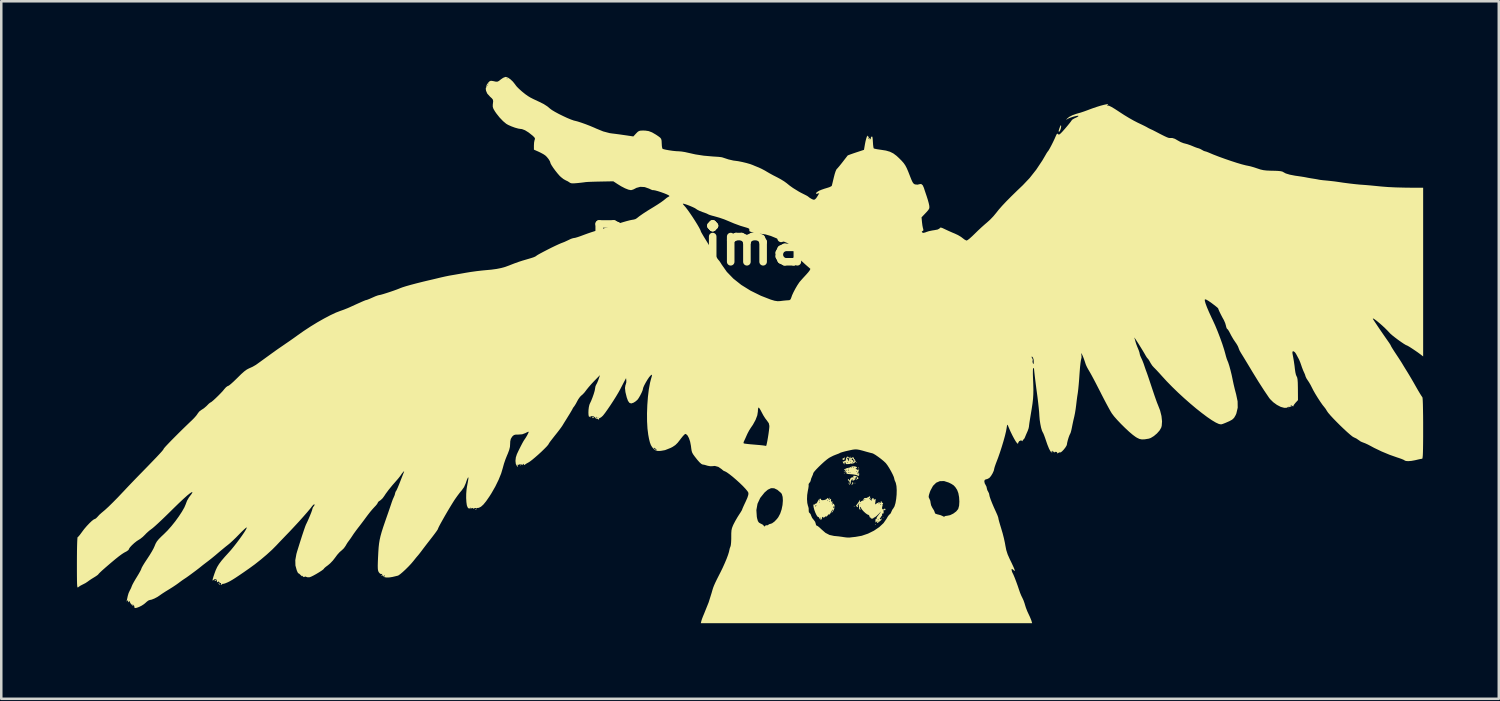
<source format=kicad_pcb>
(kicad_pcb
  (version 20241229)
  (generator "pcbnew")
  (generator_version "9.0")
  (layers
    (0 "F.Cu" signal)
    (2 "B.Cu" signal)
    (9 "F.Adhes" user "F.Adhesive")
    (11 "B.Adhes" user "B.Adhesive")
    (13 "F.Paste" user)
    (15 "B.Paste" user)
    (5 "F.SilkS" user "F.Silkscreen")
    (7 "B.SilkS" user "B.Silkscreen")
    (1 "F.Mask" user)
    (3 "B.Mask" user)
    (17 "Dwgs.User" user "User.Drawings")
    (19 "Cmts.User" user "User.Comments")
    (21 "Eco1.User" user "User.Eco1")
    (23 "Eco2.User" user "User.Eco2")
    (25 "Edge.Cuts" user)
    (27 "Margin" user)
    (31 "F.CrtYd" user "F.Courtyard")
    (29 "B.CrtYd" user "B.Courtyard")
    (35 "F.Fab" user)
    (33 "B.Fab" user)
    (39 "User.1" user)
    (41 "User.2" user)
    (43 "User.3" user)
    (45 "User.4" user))
  (footprint "PCBimage3"
    (layer "F.Cu")
    (at 26.678 6.653)
    (property "Reference" "PCBimage3" (at 0 0 0) (layer "F.SilkS") (effects (font (size 1.5 1.5) (thickness 0.3))))
    (attr board_only exclude_from_pos_files exclude_from_bom)
    (fp_poly (pts (xy 3.839 8.425) (xy 3.838 8.426) (xy 3.837 8.423)) (stroke (width 0) (type solid)) (fill yes) (layer "F.SilkS"))
    (fp_poly (pts (xy -6.293 6.833) (xy -6.309 6.85) (xy -6.325 6.833) (xy -6.309 6.817)) (stroke (width 0) (type solid)) (fill yes) (layer "F.SilkS"))
    (fp_poly (pts (xy 3.769 8.997) (xy 3.753 9.013) (xy 3.736 8.997) (xy 3.753 8.98)) (stroke (width 0) (type solid)) (fill yes) (layer "F.SilkS"))
    (fp_poly (pts (xy 3.769 9.062) (xy 3.753 9.078) (xy 3.736 9.062) (xy 3.753 9.046)) (stroke (width 0) (type solid)) (fill yes) (layer "F.SilkS"))
    (fp_poly (pts (xy 3.933 9.455) (xy 3.917 9.472) (xy 3.9 9.455) (xy 3.917 9.439)) (stroke (width 0) (type solid)) (fill yes) (layer "F.SilkS"))
    (fp_poly (pts (xy 4.162 10.373) (xy 4.146 10.389) (xy 4.13 10.373) (xy 4.146 10.357)) (stroke (width 0) (type solid)) (fill yes) (layer "F.SilkS"))
    (fp_poly (pts (xy 4.195 9.455) (xy 4.179 9.472) (xy 4.162 9.455) (xy 4.179 9.439)) (stroke (width 0) (type solid)) (fill yes) (layer "F.SilkS"))
    (fp_poly (pts (xy 4.261 8.636) (xy 4.244 8.652) (xy 4.228 8.636) (xy 4.244 8.62)) (stroke (width 0) (type solid)) (fill yes) (layer "F.SilkS"))
    (fp_poly (pts (xy 4.326 8.833) (xy 4.31 8.849) (xy 4.293 8.833) (xy 4.31 8.816)) (stroke (width 0) (type solid)) (fill yes) (layer "F.SilkS"))
    (fp_poly (pts (xy 5.014 11.094) (xy 4.998 11.11) (xy 4.982 11.094) (xy 4.998 11.078)) (stroke (width 0) (type solid)) (fill yes) (layer "F.SilkS"))
    (fp_poly (pts (xy 5.309 10.832) (xy 5.293 10.848) (xy 5.277 10.832) (xy 5.293 10.815)) (stroke (width 0) (type solid)) (fill yes) (layer "F.SilkS"))
    (fp_poly (pts (xy 21.402 6.473) (xy 21.385 6.489) (xy 21.369 6.473) (xy 21.385 6.457)) (stroke (width 0) (type solid)) (fill yes) (layer "F.SilkS"))
    (fp_poly (pts (xy 3.168 10.04) (xy 3.172 10.079) (xy 3.168 10.084) (xy 3.149 10.079) (xy 3.146 10.062) (xy 3.158 10.035)) (stroke (width 0) (type solid)) (fill yes) (layer "F.SilkS"))
    (fp_poly (pts (xy 4.35 8.895) (xy 4.34 8.91) (xy 4.307 8.912) (xy 4.272 8.904) (xy 4.287 8.892) (xy 4.338 8.888)) (stroke (width 0) (type solid)) (fill yes) (layer "F.SilkS"))
    (fp_poly (pts (xy -21.17 13.291) (xy -21.141 13.318) (xy -21.175 13.328) (xy -21.187 13.328) (xy -21.22 13.314) (xy -21.218 13.3) (xy -21.18 13.287)) (stroke (width 0) (type solid)) (fill yes) (layer "F.SilkS"))
    (fp_poly (pts (xy -21.041 13.424) (xy -21.037 13.429) (xy -21.011 13.472) (xy -21.015 13.487) (xy -21.039 13.478) (xy -21.055 13.447) (xy -21.065 13.409)) (stroke (width 0) (type solid)) (fill yes) (layer "F.SilkS"))
    (fp_poly (pts (xy 3.924 8.42) (xy 3.933 8.446) (xy 3.925 8.479) (xy 3.892 8.464) (xy 3.876 8.452) (xy 3.839 8.425) (xy 3.876 8.405)) (stroke (width 0) (type solid)) (fill yes) (layer "F.SilkS"))
    (fp_poly (pts (xy -10.826 10.476) (xy -10.832 10.488) (xy -10.863 10.519) (xy -10.869 10.521) (xy -10.871 10.499) (xy -10.865 10.488) (xy -10.834 10.456) (xy -10.828 10.455)) (stroke (width 0) (type solid)) (fill yes) (layer "F.SilkS"))
    (fp_poly (pts (xy -6.179 6.843) (xy -6.181 6.855) (xy -6.208 6.882) (xy -6.211 6.883) (xy -6.237 6.86) (xy -6.24 6.855) (xy -6.23 6.831) (xy -6.211 6.828)) (stroke (width 0) (type solid)) (fill yes) (layer "F.SilkS"))
    (fp_poly (pts (xy 4.09 9.42) (xy 4.116 9.453) (xy 4.094 9.491) (xy 4.054 9.53) (xy 4.04 9.537) (xy 4.043 9.517) (xy 4.06 9.493) (xy 4.079 9.443) (xy 4.072 9.423) (xy 4.072 9.411)) (stroke (width 0) (type solid)) (fill yes) (layer "F.SilkS"))
    (fp_poly (pts (xy 12.356 -4.693) (xy 12.344 -4.616) (xy 12.318 -4.538) (xy 12.287 -4.486) (xy 12.279 -4.48) (xy 12.256 -4.482) (xy 12.258 -4.523) (xy 12.284 -4.609) (xy 12.315 -4.691) (xy 12.34 -4.736) (xy 12.348 -4.739)) (stroke (width 0) (type solid)) (fill yes) (layer "F.SilkS"))
    (fp_poly (pts (xy 3.766 8.448) (xy 3.775 8.502) (xy 3.777 8.51) (xy 3.758 8.532) (xy 3.734 8.539) (xy 3.689 8.524) (xy 3.682 8.505) (xy 3.736 8.505) (xy 3.753 8.521) (xy 3.769 8.505) (xy 3.753 8.489) (xy 3.736 8.505) (xy 3.682 8.505) (xy 3.682 8.503) (xy 3.695 8.472) (xy 3.706 8.474) (xy 3.738 8.464) (xy 3.747 8.448) (xy 3.762 8.424)) (stroke (width 0) (type solid)) (fill yes) (layer "F.SilkS"))
    (fp_poly (pts (xy 4.198 9.173) (xy 4.28 9.206) (xy 4.312 9.251) (xy 4.306 9.29) (xy 4.291 9.29) (xy 4.263 9.297) (xy 4.261 9.311) (xy 4.248 9.336) (xy 4.24 9.331) (xy 4.239 9.292) (xy 4.255 9.265) (xy 4.274 9.229) (xy 4.246 9.22) (xy 4.205 9.231) (xy 4.201 9.24) (xy 4.189 9.314) (xy 4.127 9.351) (xy 4.078 9.354) (xy 4.076 9.319) (xy 4.078 9.314) (xy 4.082 9.291) (xy 4.13 9.291) (xy 4.146 9.308) (xy 4.162 9.291) (xy 4.146 9.275) (xy 4.13 9.291) (xy 4.082 9.291) (xy 4.083 9.285) (xy 4.058 9.31) (xy 4.047 9.323) (xy 4.014 9.387) (xy 4.012 9.427) (xy 4.002 9.477) (xy 3.972 9.51) (xy 3.935 9.537) (xy 3.943 9.52) (xy 3.956 9.503) (xy 3.973 9.448) (xy 3.96 9.393) (xy 3.923 9.37) (xy 3.921 9.371) (xy 3.92 9.37) (xy 3.933 9.357) (xy 3.917 9.341) (xy 3.9 9.357) (xy 3.9 9.313) (xy 3.9 9.302) (xy 3.916 9.294) (xy 3.949 9.326) (xy 3.982 9.364) (xy 3.984 9.347) (xy 3.98 9.335) (xy 3.989 9.284) (xy 4.032 9.241) (xy 4.084 9.223) (xy 4.111 9.234) (xy 4.12 9.23) (xy 4.113 9.204) (xy 4.109 9.17) (xy 4.145 9.164)) (stroke (width 0) (type solid)) (fill yes) (layer "F.SilkS"))
    (fp_poly (pts (xy 3.995 8.41) (xy 3.997 8.439) (xy 4.007 8.479) (xy 4.024 8.469) (xy 4.067 8.437) (xy 4.115 8.436) (xy 4.14 8.463) (xy 4.137 8.483) (xy 4.136 8.515) (xy 4.156 8.509) (xy 4.18 8.507) (xy 4.173 8.541) (xy 4.167 8.58) (xy 4.194 8.571) (xy 4.22 8.563) (xy 4.206 8.599) (xy 4.203 8.604) (xy 4.171 8.645) (xy 4.119 8.671) (xy 4.032 8.689) (xy 3.922 8.701) (xy 3.839 8.703) (xy 3.81 8.684) (xy 3.813 8.672) (xy 3.812 8.669) (xy 3.998 8.669) (xy 4.015 8.685) (xy 4.031 8.669) (xy 4.015 8.652) (xy 3.998 8.669) (xy 3.812 8.669) (xy 3.803 8.636) (xy 3.867 8.636) (xy 3.884 8.652) (xy 3.9 8.636) (xy 4.064 8.636) (xy 4.08 8.652) (xy 4.097 8.636) (xy 4.08 8.62) (xy 4.064 8.636) (xy 3.9 8.636) (xy 3.884 8.62) (xy 3.867 8.636) (xy 3.803 8.636) (xy 3.803 8.635) (xy 3.785 8.631) (xy 3.756 8.654) (xy 3.759 8.674) (xy 3.768 8.715) (xy 3.748 8.704) (xy 3.709 8.649) (xy 3.688 8.605) (xy 3.692 8.603) (xy 3.998 8.603) (xy 4.015 8.62) (xy 4.031 8.603) (xy 4.015 8.587) (xy 3.998 8.603) (xy 3.692 8.603) (xy 3.699 8.6) (xy 3.743 8.598) (xy 3.753 8.587) (xy 3.789 8.565) (xy 3.799 8.569) (xy 3.817 8.553) (xy 3.822 8.499) (xy 3.837 8.426) (xy 3.838 8.426) (xy 3.843 8.438) (xy 3.856 8.456) (xy 3.892 8.514) (xy 3.9 8.538) (xy 3.92 8.584) (xy 3.922 8.587) (xy 3.932 8.58) (xy 3.931 8.57) (xy 3.934 8.538) (xy 3.966 8.538) (xy 3.982 8.554) (xy 3.997 8.539) (xy 4.049 8.539) (xy 4.062 8.539) (xy 4.094 8.55) (xy 4.114 8.589) (xy 4.137 8.636) (xy 4.151 8.641) (xy 4.149 8.605) (xy 4.122 8.538) (xy 4.121 8.536) (xy 4.086 8.48) (xy 4.065 8.479) (xy 4.053 8.502) (xy 4.049 8.539) (xy 3.997 8.539) (xy 3.998 8.538) (xy 3.982 8.521) (xy 3.966 8.538) (xy 3.934 8.538) (xy 3.937 8.518) (xy 3.958 8.456) (xy 3.984 8.404)) (stroke (width 0) (type solid)) (fill yes) (layer "F.SilkS"))
    (fp_poly (pts (xy 4.223 8.805) (xy 4.26 8.835) (xy 4.261 8.842) (xy 4.241 8.868) (xy 4.22 8.861) (xy 4.2 8.857) (xy 4.224 8.892) (xy 4.28 8.937) (xy 4.316 8.947) (xy 4.345 8.955) (xy 4.324 8.986) (xy 4.312 8.999) (xy 4.28 9.054) (xy 4.287 9.099) (xy 4.314 9.111) (xy 4.316 9.09) (xy 4.311 9.081) (xy 4.312 9.04) (xy 4.319 9.034) (xy 4.339 9.048) (xy 4.346 9.097) (xy 4.339 9.161) (xy 4.308 9.17) (xy 4.26 9.145) (xy 4.201 9.128) (xy 4.102 9.112) (xy 4.014 9.104) (xy 3.905 9.095) (xy 3.845 9.08) (xy 3.818 9.052) (xy 3.817 9.046) (xy 3.835 9.046) (xy 3.847 9.073) (xy 3.856 9.068) (xy 3.86 9.029) (xy 3.9 9.029) (xy 3.917 9.046) (xy 3.933 9.029) (xy 3.966 9.029) (xy 3.982 9.046) (xy 3.998 9.029) (xy 3.982 9.013) (xy 3.966 9.029) (xy 3.933 9.029) (xy 3.917 9.013) (xy 3.9 9.029) (xy 3.86 9.029) (xy 3.86 9.029) (xy 3.856 9.024) (xy 3.837 9.028) (xy 3.835 9.046) (xy 3.817 9.046) (xy 3.808 9.003) (xy 3.806 8.997) (xy 4.228 8.997) (xy 4.244 9.013) (xy 4.261 8.997) (xy 4.244 8.98) (xy 4.228 8.997) (xy 3.806 8.997) (xy 3.796 8.964) (xy 3.835 8.964) (xy 3.851 8.98) (xy 3.867 8.964) (xy 3.9 8.964) (xy 3.917 8.98) (xy 3.933 8.964) (xy 3.917 8.947) (xy 3.9 8.964) (xy 3.867 8.964) (xy 3.851 8.947) (xy 3.835 8.964) (xy 3.796 8.964) (xy 3.789 8.94) (xy 3.759 8.937) (xy 3.736 8.945) (xy 3.759 8.912) (xy 3.78 8.898) (xy 3.802 8.898) (xy 3.818 8.915) (xy 3.835 8.898) (xy 3.9 8.898) (xy 3.917 8.915) (xy 3.933 8.898) (xy 3.917 8.882) (xy 3.9 8.898) (xy 3.835 8.898) (xy 3.818 8.882) (xy 3.802 8.898) (xy 3.78 8.898) (xy 3.819 8.873) (xy 3.887 8.856) (xy 3.968 8.839) (xy 3.981 8.833) (xy 4.031 8.833) (xy 4.048 8.849) (xy 4.064 8.833) (xy 4.097 8.833) (xy 4.113 8.849) (xy 4.13 8.833) (xy 4.113 8.816) (xy 4.097 8.833) (xy 4.064 8.833) (xy 4.048 8.816) (xy 4.031 8.833) (xy 3.981 8.833) (xy 4.016 8.815) (xy 4.075 8.792) (xy 4.153 8.79)) (stroke (width 0) (type solid)) (fill yes) (layer "F.SilkS"))
    (fp_poly (pts (xy 3.117 10.058) (xy 3.127 10.081) (xy 3.153 10.116) (xy 3.195 10.095) (xy 3.229 10.075) (xy 3.232 10.109) (xy 3.229 10.124) (xy 3.227 10.176) (xy 3.238 10.188) (xy 3.293 10.19) (xy 3.294 10.212) (xy 3.277 10.226) (xy 3.246 10.251) (xy 3.273 10.258) (xy 3.281 10.258) (xy 3.344 10.285) (xy 3.372 10.354) (xy 3.363 10.45) (xy 3.332 10.527) (xy 3.289 10.599) (xy 3.257 10.635) (xy 3.25 10.636) (xy 3.256 10.602) (xy 3.277 10.57) (xy 3.305 10.521) (xy 3.303 10.502) (xy 3.28 10.518) (xy 3.243 10.576) (xy 3.231 10.601) (xy 3.192 10.675) (xy 3.164 10.715) (xy 3.159 10.717) (xy 3.156 10.694) (xy 3.164 10.676) (xy 3.16 10.672) (xy 3.122 10.708) (xy 3.098 10.734) (xy 3.05 10.783) (xy 3.032 10.793) (xy 3.035 10.783) (xy 3.035 10.763) (xy 2.993 10.79) (xy 2.982 10.799) (xy 2.936 10.834) (xy 2.925 10.832) (xy 2.926 10.829) (xy 2.92 10.798) (xy 2.902 10.794) (xy 2.869 10.819) (xy 2.868 10.848) (xy 2.857 10.893) (xy 2.818 10.901) (xy 2.777 10.875) (xy 2.764 10.848) (xy 2.786 10.848) (xy 2.798 10.875) (xy 2.808 10.87) (xy 2.812 10.831) (xy 2.808 10.826) (xy 2.788 10.831) (xy 2.786 10.848) (xy 2.764 10.848) (xy 2.761 10.843) (xy 2.737 10.801) (xy 2.72 10.8) (xy 2.691 10.784) (xy 2.651 10.721) (xy 2.607 10.629) (xy 2.568 10.524) (xy 2.54 10.421) (xy 2.538 10.409) (xy 2.537 10.407) (xy 3.321 10.407) (xy 3.328 10.452) (xy 3.352 10.434) (xy 3.358 10.424) (xy 3.356 10.383) (xy 3.349 10.377) (xy 3.325 10.386) (xy 3.321 10.407) (xy 2.537 10.407) (xy 2.535 10.387) (xy 2.597 10.387) (xy 2.602 10.389) (xy 2.632 10.366) (xy 2.638 10.357) (xy 2.647 10.326) (xy 2.642 10.324) (xy 2.612 10.347) (xy 2.606 10.357) (xy 2.597 10.387) (xy 2.535 10.387) (xy 2.528 10.327) (xy 2.536 10.307) (xy 3.277 10.307) (xy 3.294 10.324) (xy 3.31 10.307) (xy 3.294 10.291) (xy 3.277 10.307) (xy 2.536 10.307) (xy 2.539 10.3) (xy 2.552 10.305) (xy 2.585 10.305) (xy 2.589 10.291) (xy 2.609 10.269) (xy 2.621 10.274) (xy 2.653 10.26) (xy 2.686 10.209) (xy 2.753 10.209) (xy 2.769 10.226) (xy 2.786 10.209) (xy 2.769 10.193) (xy 2.753 10.209) (xy 2.686 10.209) (xy 2.691 10.202) (xy 2.699 10.183) (xy 2.703 10.176) (xy 3.146 10.176) (xy 3.163 10.193) (xy 3.179 10.176) (xy 3.163 10.16) (xy 3.146 10.176) (xy 2.703 10.176) (xy 2.732 10.127) (xy 2.753 10.127) (xy 2.765 10.154) (xy 2.775 10.149) (xy 2.775 10.144) (xy 3.081 10.144) (xy 3.097 10.16) (xy 3.114 10.144) (xy 3.097 10.127) (xy 3.081 10.144) (xy 2.775 10.144) (xy 2.779 10.11) (xy 2.775 10.105) (xy 2.755 10.11) (xy 2.753 10.127) (xy 2.732 10.127) (xy 2.742 10.11) (xy 2.789 10.074) (xy 2.797 10.073) (xy 2.834 10.085) (xy 2.833 10.098) (xy 2.839 10.124) (xy 2.887 10.134) (xy 2.954 10.128) (xy 3.019 10.108) (xy 3.052 10.086) (xy 3.094 10.047)) (stroke (width 0) (type solid)) (fill yes) (layer "F.SilkS"))
    (fp_poly (pts (xy 4.777 9.978) (xy 4.775 10.023) (xy 4.794 10.059) (xy 4.818 10.093) (xy 4.8 10.085) (xy 4.769 10.062) (xy 4.725 10.031) (xy 4.725 10.039) (xy 4.766 10.087) (xy 4.817 10.141) (xy 4.845 10.16) (xy 4.841 10.138) (xy 4.834 10.127) (xy 4.838 10.097) (xy 4.851 10.094) (xy 4.872 10.075) (xy 4.867 10.062) (xy 4.872 10.043) (xy 4.898 10.049) (xy 4.93 10.084) (xy 4.926 10.106) (xy 4.926 10.121) (xy 4.956 10.101) (xy 4.988 10.082) (xy 4.999 10.103) (xy 4.992 10.177) (xy 4.991 10.181) (xy 4.975 10.303) (xy 5.018 10.275) (xy 5.113 10.275) (xy 5.129 10.291) (xy 5.146 10.275) (xy 5.129 10.258) (xy 5.113 10.275) (xy 5.018 10.275) (xy 5.056 10.25) (xy 5.124 10.217) (xy 5.171 10.229) (xy 5.179 10.236) (xy 5.207 10.258) (xy 5.199 10.236) (xy 5.199 10.188) (xy 5.211 10.176) (xy 5.237 10.181) (xy 5.236 10.199) (xy 5.249 10.233) (xy 5.265 10.235) (xy 5.293 10.247) (xy 5.286 10.304) (xy 5.268 10.357) (xy 5.252 10.429) (xy 5.258 10.483) (xy 5.284 10.499) (xy 5.29 10.495) (xy 5.354 10.469) (xy 5.387 10.481) (xy 5.385 10.51) (xy 5.363 10.541) (xy 5.336 10.515) (xy 5.314 10.495) (xy 5.312 10.536) (xy 5.312 10.537) (xy 5.314 10.632) (xy 5.298 10.67) (xy 5.271 10.665) (xy 5.246 10.663) (xy 5.254 10.695) (xy 5.257 10.741) (xy 5.243 10.75) (xy 5.219 10.775) (xy 5.219 10.791) (xy 5.204 10.824) (xy 5.188 10.824) (xy 5.162 10.84) (xy 5.168 10.868) (xy 5.19 10.901) (xy 5.215 10.876) (xy 5.239 10.855) (xy 5.243 10.868) (xy 5.218 10.919) (xy 5.152 10.982) (xy 5.083 11.029) (xy 5.051 11.037) (xy 5.057 10.996) (xy 5.058 10.993) (xy 5.067 10.963) (xy 5.113 10.963) (xy 5.129 10.979) (xy 5.146 10.963) (xy 5.129 10.947) (xy 5.113 10.963) (xy 5.067 10.963) (xy 5.071 10.95) (xy 5.055 10.963) (xy 5.036 10.987) (xy 5.005 11.02) (xy 4.992 11.001) (xy 4.989 10.945) (xy 4.994 10.897) (xy 5.08 10.897) (xy 5.096 10.914) (xy 5.113 10.897) (xy 5.096 10.881) (xy 5.08 10.897) (xy 4.994 10.897) (xy 4.996 10.877) (xy 5.024 10.869) (xy 5.025 10.869) (xy 5.047 10.876) (xy 5.041 10.866) (xy 5.038 10.823) (xy 5.049 10.804) (xy 5.086 10.755) (xy 5.144 10.679) (xy 5.165 10.652) (xy 5.205 10.596) (xy 5.208 10.586) (xy 5.172 10.621) (xy 5.12 10.676) (xy 5.043 10.752) (xy 4.981 10.802) (xy 4.953 10.815) (xy 4.918 10.835) (xy 4.916 10.843) (xy 4.889 10.862) (xy 4.842 10.865) (xy 4.803 10.847) (xy 4.818 10.832) (xy 4.801 10.815) (xy 4.785 10.832) (xy 4.797 10.844) (xy 4.777 10.834) (xy 4.758 10.788) (xy 4.737 10.732) (xy 4.716 10.717) (xy 4.662 10.696) (xy 4.59 10.642) (xy 4.515 10.572) (xy 4.451 10.499) (xy 4.415 10.439) (xy 4.413 10.414) (xy 4.414 10.395) (xy 4.395 10.404) (xy 4.374 10.441) (xy 4.39 10.469) (xy 4.404 10.503) (xy 4.378 10.51) (xy 4.345 10.481) (xy 4.34 10.417) (xy 4.335 10.334) (xy 4.326 10.307) (xy 5.178 10.307) (xy 5.195 10.324) (xy 5.211 10.307) (xy 5.244 10.307) (xy 5.26 10.324) (xy 5.277 10.307) (xy 5.26 10.291) (xy 5.244 10.307) (xy 5.211 10.307) (xy 5.195 10.291) (xy 5.178 10.307) (xy 4.326 10.307) (xy 4.317 10.283) (xy 4.308 10.275) (xy 4.359 10.275) (xy 4.375 10.291) (xy 4.392 10.275) (xy 4.375 10.258) (xy 4.359 10.275) (xy 4.308 10.275) (xy 4.297 10.264) (xy 4.304 10.294) (xy 4.302 10.367) (xy 4.291 10.392) (xy 4.267 10.42) (xy 4.261 10.396) (xy 4.241 10.37) (xy 4.22 10.378) (xy 4.212 10.37) (xy 4.229 10.34) (xy 4.261 10.34) (xy 4.277 10.357) (xy 4.293 10.34) (xy 4.277 10.324) (xy 4.261 10.34) (xy 4.229 10.34) (xy 4.239 10.324) (xy 4.264 10.289) (xy 4.322 10.207) (xy 4.364 10.141) (xy 4.371 10.127) (xy 4.382 10.116) (xy 4.378 10.155) (xy 4.372 10.208) (xy 4.393 10.204) (xy 4.421 10.179) (xy 4.475 10.148) (xy 4.506 10.152) (xy 4.519 10.154) (xy 4.512 10.139) (xy 4.514 10.111) (xy 4.556 10.111) (xy 4.572 10.127) (xy 4.588 10.111) (xy 4.572 10.094) (xy 4.556 10.111) (xy 4.514 10.111) (xy 4.514 10.096) (xy 4.547 10.055) (xy 4.586 10.042) (xy 4.597 10.048) (xy 4.634 10.045) (xy 4.7 10.014) (xy 4.708 10.009) (xy 4.763 9.977) (xy 4.78 9.975)) (stroke (width 0) (type solid)) (fill yes) (layer "F.SilkS"))
    (fp_poly (pts (xy -9.587 -6.628) (xy -9.489 -6.561) (xy -9.388 -6.466) (xy -9.3 -6.356) (xy -9.279 -6.325) (xy -9.229 -6.263) (xy -9.143 -6.177) (xy -9.037 -6.082) (xy -9.001 -6.052) (xy -8.892 -5.965) (xy -8.795 -5.896) (xy -8.693 -5.834) (xy -8.569 -5.771) (xy -8.407 -5.695) (xy -8.357 -5.672) (xy -8.167 -5.578) (xy -8.02 -5.483) (xy -7.915 -5.395) (xy -7.838 -5.338) (xy -7.716 -5.265) (xy -7.564 -5.183) (xy -7.397 -5.101) (xy -7.232 -5.024) (xy -7.084 -4.963) (xy -6.968 -4.922) (xy -6.932 -4.914) (xy -6.826 -4.887) (xy -6.679 -4.84) (xy -6.507 -4.779) (xy -6.329 -4.71) (xy -6.162 -4.64) (xy -6.08 -4.603) (xy -5.806 -4.491) (xy -5.552 -4.424) (xy -5.441 -4.408) (xy -5.338 -4.396) (xy -5.247 -4.384) (xy -5.149 -4.371) (xy -5.025 -4.353) (xy -4.857 -4.329) (xy -4.837 -4.326) (xy -4.611 -4.292) (xy -4.505 -4.407) (xy -4.442 -4.471) (xy -4.386 -4.508) (xy -4.315 -4.524) (xy -4.21 -4.526) (xy -4.131 -4.523) (xy -4.003 -4.504) (xy -3.869 -4.453) (xy -3.714 -4.363) (xy -3.622 -4.301) (xy -3.547 -4.244) (xy -3.508 -4.193) (xy -3.491 -4.124) (xy -3.486 -4.019) (xy -3.48 -3.912) (xy -3.466 -3.832) (xy -3.454 -3.804) (xy -3.405 -3.785) (xy -3.309 -3.763) (xy -3.183 -3.741) (xy -3.046 -3.721) (xy -2.915 -3.708) (xy -2.812 -3.703) (xy -2.7 -3.694) (xy -2.562 -3.672) (xy -2.474 -3.652) (xy -2.151 -3.58) (xy -1.821 -3.529) (xy -1.459 -3.497) (xy -1.344 -3.49) (xy -1.225 -3.482) (xy -1.13 -3.471) (xy -1.082 -3.461) (xy -0.838 -3.381) (xy -0.644 -3.336) (xy -0.58 -3.328) (xy -0.453 -3.311) (xy -0.294 -3.279) (xy -0.128 -3.239) (xy 0.02 -3.197) (xy 0.115 -3.162) (xy 0.207 -3.123) (xy 0.322 -3.076) (xy 0.361 -3.061) (xy 0.475 -3.008) (xy 0.606 -2.939) (xy 0.676 -2.897) (xy 0.791 -2.83) (xy 0.935 -2.751) (xy 1.08 -2.677) (xy 1.094 -2.67) (xy 1.233 -2.595) (xy 1.368 -2.512) (xy 1.473 -2.436) (xy 1.483 -2.427) (xy 1.591 -2.34) (xy 1.706 -2.258) (xy 1.753 -2.227) (xy 1.848 -2.169) (xy 1.929 -2.119) (xy 1.95 -2.106) (xy 2.019 -2.068) (xy 2.117 -2.018) (xy 2.163 -1.995) (xy 2.252 -1.95) (xy 2.313 -1.914) (xy 2.327 -1.902) (xy 2.364 -1.872) (xy 2.434 -1.827) (xy 2.448 -1.819) (xy 2.524 -1.784) (xy 2.583 -1.789) (xy 2.639 -1.841) (xy 2.701 -1.936) (xy 2.763 -2.042) (xy 2.69 -2.023) (xy 2.637 -2.019) (xy 2.631 -2.043) (xy 2.668 -2.083) (xy 2.743 -2.131) (xy 2.755 -2.138) (xy 2.852 -2.179) (xy 2.977 -2.222) (xy 3.058 -2.246) (xy 3.161 -2.279) (xy 3.235 -2.314) (xy 3.26 -2.337) (xy 3.272 -2.385) (xy 3.295 -2.48) (xy 3.325 -2.605) (xy 3.34 -2.667) (xy 3.374 -2.8) (xy 3.41 -2.911) (xy 3.442 -2.981) (xy 3.452 -2.995) (xy 3.491 -3.036) (xy 3.559 -3.115) (xy 3.643 -3.22) (xy 3.688 -3.277) (xy 3.771 -3.385) (xy 3.839 -3.472) (xy 3.881 -3.526) (xy 3.889 -3.537) (xy 3.923 -3.552) (xy 4.006 -3.583) (xy 4.123 -3.624) (xy 4.218 -3.656) (xy 4.536 -3.761) (xy 4.575 -3.991) (xy 4.598 -4.105) (xy 4.624 -4.206) (xy 4.65 -4.283) (xy 4.672 -4.324) (xy 4.684 -4.317) (xy 4.686 -4.3) (xy 4.706 -4.274) (xy 4.728 -4.281) (xy 4.747 -4.285) (xy 4.723 -4.25) (xy 4.695 -4.21) (xy 4.715 -4.209) (xy 4.737 -4.216) (xy 4.777 -4.224) (xy 4.769 -4.196) (xy 4.76 -4.168) (xy 4.781 -4.176) (xy 4.808 -4.211) (xy 4.805 -4.222) (xy 4.814 -4.26) (xy 4.834 -4.283) (xy 4.857 -4.292) (xy 4.872 -4.261) (xy 4.882 -4.182) (xy 4.889 -4.081) (xy 4.897 -3.961) (xy 4.909 -3.867) (xy 4.921 -3.82) (xy 4.922 -3.818) (xy 4.963 -3.804) (xy 5.051 -3.786) (xy 5.17 -3.768) (xy 5.2 -3.764) (xy 5.405 -3.732) (xy 5.564 -3.686) (xy 5.699 -3.619) (xy 5.83 -3.521) (xy 5.926 -3.431) (xy 6.031 -3.326) (xy 6.11 -3.236) (xy 6.173 -3.145) (xy 6.23 -3.037) (xy 6.29 -2.898) (xy 6.359 -2.722) (xy 6.416 -2.578) (xy 6.459 -2.485) (xy 6.497 -2.429) (xy 6.537 -2.399) (xy 6.57 -2.388) (xy 6.663 -2.38) (xy 6.726 -2.396) (xy 6.802 -2.408) (xy 6.865 -2.356) (xy 6.913 -2.25) (xy 6.939 -2.166) (xy 6.979 -2.047) (xy 7.023 -1.918) (xy 7.023 -1.917) (xy 7.066 -1.782) (xy 7.102 -1.652) (xy 7.123 -1.557) (xy 7.13 -1.485) (xy 7.12 -1.428) (xy 7.083 -1.369) (xy 7.012 -1.288) (xy 6.98 -1.254) (xy 6.818 -1.083) (xy 6.838 -0.878) (xy 6.853 -0.76) (xy 6.872 -0.664) (xy 6.886 -0.618) (xy 6.892 -0.565) (xy 6.86 -0.543) (xy 6.826 -0.516) (xy 6.843 -0.485) (xy 6.888 -0.467) (xy 6.963 -0.484) (xy 7.004 -0.501) (xy 7.11 -0.535) (xy 7.243 -0.563) (xy 7.317 -0.574) (xy 7.452 -0.599) (xy 7.526 -0.637) (xy 7.535 -0.648) (xy 7.557 -0.674) (xy 7.593 -0.677) (xy 7.657 -0.655) (xy 7.756 -0.608) (xy 7.898 -0.542) (xy 8.053 -0.474) (xy 8.138 -0.439) (xy 8.264 -0.38) (xy 8.383 -0.309) (xy 8.442 -0.264) (xy 8.522 -0.203) (xy 8.589 -0.168) (xy 8.608 -0.164) (xy 8.651 -0.186) (xy 8.728 -0.246) (xy 8.827 -0.335) (xy 8.922 -0.427) (xy 9.056 -0.558) (xy 9.202 -0.694) (xy 9.337 -0.814) (xy 9.401 -0.868) (xy 9.533 -0.986) (xy 9.669 -1.128) (xy 9.781 -1.263) (xy 9.783 -1.266) (xy 9.884 -1.393) (xy 10.013 -1.54) (xy 10.176 -1.713) (xy 10.377 -1.916) (xy 10.62 -2.153) (xy 10.837 -2.36) (xy 11.105 -2.643) (xy 11.367 -2.975) (xy 11.609 -3.338) (xy 11.725 -3.536) (xy 11.776 -3.625) (xy 11.817 -3.687) (xy 11.831 -3.703) (xy 11.86 -3.743) (xy 11.908 -3.827) (xy 11.968 -3.939) (xy 12.031 -4.064) (xy 12.089 -4.186) (xy 12.128 -4.274) (xy 12.168 -4.364) (xy 12.196 -4.402) (xy 12.222 -4.396) (xy 12.234 -4.382) (xy 12.257 -4.365) (xy 12.288 -4.373) (xy 12.337 -4.413) (xy 12.411 -4.49) (xy 12.512 -4.604) (xy 12.61 -4.72) (xy 12.692 -4.821) (xy 12.748 -4.894) (xy 12.768 -4.926) (xy 12.808 -4.967) (xy 12.885 -5.011) (xy 12.915 -5.024) (xy 12.995 -5.062) (xy 13.04 -5.097) (xy 13.044 -5.107) (xy 13.017 -5.114) (xy 12.946 -5.102) (xy 12.85 -5.078) (xy 12.747 -5.045) (xy 12.655 -5.009) (xy 12.592 -4.976) (xy 12.587 -4.973) (xy 12.554 -4.949) (xy 12.564 -4.968) (xy 12.583 -4.992) (xy 12.669 -5.065) (xy 12.804 -5.135) (xy 12.97 -5.193) (xy 13.023 -5.208) (xy 13.129 -5.238) (xy 13.269 -5.285) (xy 13.42 -5.34) (xy 13.466 -5.358) (xy 13.621 -5.415) (xy 13.776 -5.467) (xy 13.922 -5.512) (xy 14.049 -5.545) (xy 14.147 -5.566) (xy 14.207 -5.571) (xy 14.218 -5.559) (xy 14.208 -5.549) (xy 14.167 -5.514) (xy 14.178 -5.51) (xy 14.201 -5.518) (xy 14.251 -5.51) (xy 14.344 -5.466) (xy 14.482 -5.384) (xy 14.668 -5.263) (xy 14.673 -5.259) (xy 14.85 -5.144) (xy 15.041 -5.028) (xy 15.224 -4.924) (xy 15.379 -4.844) (xy 15.401 -4.833) (xy 15.536 -4.769) (xy 15.653 -4.712) (xy 15.735 -4.67) (xy 15.764 -4.653) (xy 15.832 -4.615) (xy 15.895 -4.585) (xy 15.981 -4.546) (xy 16.08 -4.495) (xy 16.092 -4.489) (xy 16.293 -4.384) (xy 16.444 -4.308) (xy 16.55 -4.259) (xy 16.618 -4.235) (xy 16.649 -4.231) (xy 16.763 -4.23) (xy 16.867 -4.197) (xy 16.98 -4.132) (xy 17.092 -4.07) (xy 17.21 -4.024) (xy 17.255 -4.013) (xy 17.361 -3.985) (xy 17.489 -3.94) (xy 17.56 -3.911) (xy 17.666 -3.867) (xy 17.755 -3.835) (xy 17.794 -3.825) (xy 17.863 -3.8) (xy 17.938 -3.76) (xy 18.008 -3.72) (xy 18.056 -3.703) (xy 18.106 -3.691) (xy 18.185 -3.661) (xy 18.197 -3.656) (xy 18.391 -3.574) (xy 18.613 -3.488) (xy 18.851 -3.402) (xy 19.09 -3.32) (xy 19.317 -3.246) (xy 19.519 -3.186) (xy 19.683 -3.144) (xy 19.76 -3.129) (xy 19.865 -3.106) (xy 20.001 -3.067) (xy 20.136 -3.022) (xy 20.26 -2.981) (xy 20.376 -2.955) (xy 20.507 -2.94) (xy 20.674 -2.933) (xy 20.738 -2.932) (xy 20.92 -2.927) (xy 21.046 -2.916) (xy 21.126 -2.899) (xy 21.164 -2.878) (xy 21.263 -2.824) (xy 21.423 -2.776) (xy 21.64 -2.734) (xy 21.735 -2.721) (xy 21.865 -2.702) (xy 21.98 -2.684) (xy 22.055 -2.67) (xy 22.057 -2.67) (xy 22.136 -2.654) (xy 22.249 -2.634) (xy 22.319 -2.623) (xy 22.433 -2.605) (xy 22.528 -2.588) (xy 22.565 -2.58) (xy 22.629 -2.569) (xy 22.736 -2.556) (xy 22.864 -2.544) (xy 22.876 -2.543) (xy 23.033 -2.527) (xy 23.198 -2.508) (xy 23.319 -2.491) (xy 23.549 -2.457) (xy 23.788 -2.426) (xy 24.014 -2.4) (xy 24.206 -2.381) (xy 24.269 -2.377) (xy 24.432 -2.365) (xy 24.62 -2.349) (xy 24.845 -2.327) (xy 25.056 -2.306) (xy 25.308 -2.286) (xy 25.614 -2.271) (xy 25.966 -2.262) (xy 26.277 -2.258) (xy 26.711 -2.257) (xy 26.711 1.088) (xy 26.711 4.432) (xy 26.598 4.346) (xy 26.502 4.275) (xy 26.39 4.198) (xy 26.277 4.122) (xy 26.176 4.057) (xy 26.101 4.013) (xy 26.069 3.998) (xy 26.024 3.979) (xy 25.941 3.929) (xy 25.833 3.856) (xy 25.712 3.77) (xy 25.593 3.68) (xy 25.488 3.597) (xy 25.41 3.529) (xy 25.384 3.502) (xy 25.296 3.407) (xy 25.193 3.305) (xy 25.082 3.202) (xy 24.972 3.106) (xy 24.871 3.023) (xy 24.789 2.962) (xy 24.734 2.929) (xy 24.714 2.932) (xy 24.718 2.943) (xy 24.741 2.982) (xy 24.795 3.064) (xy 24.87 3.176) (xy 24.958 3.308) (xy 25.053 3.447) (xy 25.146 3.582) (xy 25.229 3.702) (xy 25.294 3.795) (xy 25.299 3.802) (xy 25.365 3.896) (xy 25.413 3.971) (xy 25.431 4.008) (xy 25.449 4.045) (xy 25.496 4.123) (xy 25.565 4.231) (xy 25.634 4.336) (xy 25.723 4.47) (xy 25.803 4.593) (xy 25.865 4.691) (xy 25.892 4.736) (xy 25.938 4.813) (xy 26.005 4.922) (xy 26.079 5.041) (xy 26.083 5.047) (xy 26.152 5.161) (xy 26.242 5.312) (xy 26.34 5.481) (xy 26.433 5.645) (xy 26.515 5.788) (xy 26.588 5.91) (xy 26.644 5.999) (xy 26.677 6.045) (xy 26.68 6.048) (xy 26.688 6.085) (xy 26.695 6.182) (xy 26.701 6.333) (xy 26.705 6.532) (xy 26.709 6.775) (xy 26.711 7.055) (xy 26.711 7.278) (xy 26.711 7.605) (xy 26.709 7.873) (xy 26.706 8.085) (xy 26.702 8.246) (xy 26.697 8.362) (xy 26.689 8.439) (xy 26.68 8.48) (xy 26.67 8.491) (xy 26.637 8.494) (xy 26.593 8.502) (xy 26.522 8.518) (xy 26.406 8.545) (xy 26.383 8.55) (xy 26.246 8.575) (xy 26.121 8.585) (xy 26.025 8.578) (xy 25.975 8.556) (xy 25.974 8.555) (xy 25.936 8.532) (xy 25.85 8.496) (xy 25.733 8.455) (xy 25.685 8.44) (xy 25.384 8.334) (xy 25.066 8.202) (xy 24.764 8.057) (xy 24.642 7.991) (xy 24.522 7.928) (xy 24.412 7.877) (xy 24.334 7.848) (xy 24.33 7.847) (xy 24.237 7.808) (xy 24.155 7.751) (xy 24.063 7.688) (xy 23.963 7.641) (xy 23.905 7.607) (xy 23.813 7.532) (xy 23.694 7.428) (xy 23.558 7.302) (xy 23.414 7.164) (xy 23.272 7.022) (xy 23.14 6.886) (xy 23.027 6.764) (xy 22.944 6.666) (xy 22.899 6.602) (xy 22.844 6.511) (xy 22.789 6.44) (xy 22.719 6.353) (xy 22.63 6.225) (xy 22.532 6.075) (xy 22.436 5.919) (xy 22.354 5.775) (xy 22.309 5.686) (xy 22.247 5.564) (xy 22.181 5.451) (xy 22.137 5.386) (xy 22.083 5.303) (xy 22.05 5.232) (xy 22.047 5.222) (xy 22.025 5.151) (xy 21.987 5.064) (xy 21.986 5.064) (xy 21.947 4.975) (xy 21.902 4.857) (xy 21.878 4.785) (xy 21.837 4.669) (xy 21.795 4.567) (xy 21.773 4.523) (xy 21.725 4.434) (xy 21.673 4.336) (xy 21.673 4.334) (xy 21.623 4.264) (xy 21.572 4.229) (xy 21.564 4.228) (xy 21.537 4.233) (xy 21.526 4.258) (xy 21.529 4.316) (xy 21.548 4.419) (xy 21.557 4.465) (xy 21.585 4.629) (xy 21.611 4.809) (xy 21.625 4.936) (xy 21.643 5.06) (xy 21.667 5.164) (xy 21.694 5.224) (xy 21.694 5.225) (xy 21.715 5.268) (xy 21.73 5.347) (xy 21.739 5.469) (xy 21.743 5.644) (xy 21.744 5.723) (xy 21.747 6.165) (xy 21.644 6.277) (xy 21.588 6.348) (xy 21.561 6.4) (xy 21.562 6.414) (xy 21.557 6.417) (xy 21.527 6.396) (xy 21.478 6.372) (xy 21.449 6.394) (xy 21.443 6.418) (xy 21.467 6.407) (xy 21.495 6.399) (xy 21.489 6.416) (xy 21.443 6.437) (xy 21.402 6.433) (xy 21.349 6.433) (xy 21.336 6.449) (xy 21.307 6.467) (xy 21.23 6.471) (xy 21.197 6.469) (xy 21.063 6.433) (xy 20.912 6.354) (xy 20.765 6.247) (xy 20.641 6.124) (xy 20.606 6.08) (xy 20.408 5.788) (xy 20.184 5.44) (xy 19.936 5.037) (xy 19.864 4.916) (xy 19.76 4.744) (xy 19.663 4.583) (xy 19.579 4.445) (xy 19.516 4.343) (xy 19.485 4.293) (xy 19.431 4.198) (xy 19.395 4.109) (xy 19.391 4.094) (xy 19.36 4.02) (xy 19.303 3.923) (xy 19.262 3.865) (xy 19.185 3.751) (xy 19.105 3.614) (xy 19.062 3.531) (xy 19.011 3.434) (xy 18.967 3.366) (xy 18.941 3.343) (xy 18.918 3.314) (xy 18.896 3.243) (xy 18.892 3.22) (xy 18.861 3.112) (xy 18.81 2.995) (xy 18.794 2.966) (xy 18.74 2.869) (xy 18.683 2.758) (xy 18.631 2.652) (xy 18.595 2.568) (xy 18.582 2.528) (xy 18.557 2.501) (xy 18.49 2.445) (xy 18.393 2.37) (xy 18.328 2.321) (xy 18.198 2.23) (xy 18.111 2.18) (xy 18.063 2.168) (xy 18.052 2.177) (xy 18.053 2.23) (xy 18.082 2.334) (xy 18.137 2.482) (xy 18.216 2.668) (xy 18.315 2.884) (xy 18.37 2.999) (xy 18.463 3.202) (xy 18.561 3.439) (xy 18.658 3.691) (xy 18.747 3.939) (xy 18.819 4.163) (xy 18.86 4.309) (xy 18.892 4.429) (xy 18.922 4.528) (xy 18.944 4.585) (xy 18.981 4.674) (xy 19.025 4.811) (xy 19.071 4.98) (xy 19.116 5.162) (xy 19.154 5.343) (xy 19.157 5.359) (xy 19.195 5.538) (xy 19.242 5.736) (xy 19.289 5.914) (xy 19.294 5.932) (xy 19.353 6.213) (xy 19.357 6.465) (xy 19.304 6.692) (xy 19.271 6.768) (xy 19.211 6.87) (xy 19.136 6.94) (xy 19.03 6.998) (xy 18.873 7.067) (xy 18.765 7.109) (xy 18.698 7.127) (xy 18.698 7.127) (xy 18.613 7.112) (xy 18.488 7.055) (xy 18.33 6.961) (xy 18.143 6.833) (xy 17.935 6.677) (xy 17.709 6.498) (xy 17.474 6.3) (xy 17.233 6.088) (xy 16.993 5.867) (xy 16.761 5.642) (xy 16.541 5.417) (xy 16.354 5.213) (xy 16.247 5.094) (xy 16.148 4.987) (xy 16.07 4.906) (xy 16.032 4.869) (xy 15.967 4.796) (xy 15.903 4.698) (xy 15.888 4.67) (xy 15.841 4.586) (xy 15.802 4.53) (xy 15.791 4.52) (xy 15.756 4.48) (xy 15.711 4.408) (xy 15.706 4.399) (xy 15.655 4.31) (xy 15.589 4.199) (xy 15.514 4.077) (xy 15.439 3.956) (xy 15.368 3.845) (xy 15.309 3.755) (xy 15.27 3.698) (xy 15.255 3.683) (xy 15.256 3.687) (xy 15.282 3.768) (xy 15.304 3.851) (xy 15.332 3.94) (xy 15.375 4.053) (xy 15.399 4.109) (xy 15.439 4.21) (xy 15.465 4.293) (xy 15.469 4.323) (xy 15.484 4.386) (xy 15.52 4.472) (xy 15.53 4.491) (xy 15.575 4.589) (xy 15.624 4.714) (xy 15.648 4.785) (xy 15.687 4.901) (xy 15.723 5.003) (xy 15.74 5.047) (xy 15.763 5.11) (xy 15.801 5.219) (xy 15.848 5.36) (xy 15.897 5.506) (xy 15.988 5.78) (xy 16.061 5.996) (xy 16.118 6.158) (xy 16.159 6.271) (xy 16.187 6.34) (xy 16.188 6.342) (xy 16.277 6.57) (xy 16.334 6.797) (xy 16.356 7.007) (xy 16.343 7.187) (xy 16.322 7.259) (xy 16.257 7.371) (xy 16.154 7.487) (xy 16.031 7.591) (xy 15.908 7.666) (xy 15.83 7.693) (xy 15.673 7.719) (xy 15.557 7.724) (xy 15.461 7.705) (xy 15.365 7.659) (xy 15.312 7.627) (xy 15.196 7.542) (xy 15.052 7.42) (xy 14.893 7.272) (xy 14.732 7.113) (xy 14.582 6.955) (xy 14.456 6.812) (xy 14.367 6.695) (xy 14.362 6.687) (xy 14.311 6.603) (xy 14.238 6.472) (xy 14.149 6.307) (xy 14.05 6.119) (xy 13.948 5.921) (xy 13.93 5.884) (xy 13.828 5.686) (xy 13.73 5.495) (xy 13.64 5.324) (xy 13.566 5.186) (xy 13.514 5.092) (xy 13.507 5.08) (xy 13.434 4.955) (xy 13.386 4.869) (xy 13.354 4.803) (xy 13.328 4.74) (xy 13.302 4.661) (xy 13.289 4.621) (xy 13.248 4.505) (xy 13.207 4.403) (xy 13.186 4.359) (xy 13.155 4.306) (xy 13.148 4.309) (xy 13.158 4.371) (xy 13.16 4.382) (xy 13.164 4.474) (xy 13.148 4.545) (xy 13.136 4.597) (xy 13.121 4.702) (xy 13.105 4.847) (xy 13.091 5.021) (xy 13.081 5.157) (xy 13.067 5.357) (xy 13.051 5.549) (xy 13.035 5.716) (xy 13.02 5.844) (xy 13.013 5.894) (xy 12.993 6.019) (xy 12.972 6.178) (xy 12.953 6.338) (xy 12.951 6.358) (xy 12.93 6.519) (xy 12.903 6.684) (xy 12.875 6.821) (xy 12.872 6.833) (xy 12.837 6.98) (xy 12.802 7.146) (xy 12.783 7.243) (xy 12.759 7.357) (xy 12.735 7.446) (xy 12.718 7.489) (xy 12.687 7.55) (xy 12.65 7.65) (xy 12.616 7.764) (xy 12.592 7.865) (xy 12.585 7.918) (xy 12.567 7.973) (xy 12.52 8.048) (xy 12.458 8.127) (xy 12.393 8.195) (xy 12.34 8.236) (xy 12.313 8.238) (xy 12.275 8.239) (xy 12.236 8.263) (xy 12.201 8.284) (xy 12.202 8.271) (xy 12.194 8.234) (xy 12.159 8.217) (xy 12.107 8.217) (xy 12.094 8.236) (xy 12.078 8.242) (xy 12.05 8.211) (xy 12.01 8.173) (xy 11.981 8.19) (xy 11.979 8.194) (xy 11.97 8.221) (xy 11.995 8.21) (xy 12.023 8.201) (xy 12.012 8.226) (xy 11.977 8.24) (xy 11.93 8.194) (xy 11.874 8.09) (xy 11.809 7.93) (xy 11.764 7.8) (xy 11.718 7.664) (xy 11.676 7.55) (xy 11.644 7.474) (xy 11.631 7.452) (xy 11.596 7.381) (xy 11.56 7.261) (xy 11.529 7.109) (xy 11.504 6.944) (xy 11.49 6.78) (xy 11.49 6.768) (xy 11.482 6.642) (xy 11.466 6.47) (xy 11.444 6.271) (xy 11.419 6.063) (xy 11.406 5.965) (xy 11.37 5.699) (xy 11.338 5.446) (xy 11.31 5.219) (xy 11.289 5.031) (xy 11.277 4.906) (xy 11.255 4.893) (xy 11.248 4.896) (xy 11.238 4.933) (xy 11.234 5.022) (xy 11.234 5.148) (xy 11.238 5.267) (xy 11.249 5.529) (xy 11.254 5.745) (xy 11.251 5.934) (xy 11.24 6.113) (xy 11.219 6.301) (xy 11.186 6.517) (xy 11.145 6.763) (xy 11.119 6.92) (xy 11.097 7.059) (xy 11.083 7.163) (xy 11.078 7.215) (xy 11.064 7.283) (xy 11.031 7.379) (xy 11.011 7.425) (xy 10.964 7.531) (xy 10.925 7.625) (xy 10.914 7.653) (xy 10.879 7.714) (xy 10.847 7.735) (xy 10.829 7.756) (xy 10.836 7.776) (xy 10.846 7.8) (xy 10.814 7.779) (xy 10.813 7.778) (xy 10.753 7.764) (xy 10.69 7.793) (xy 10.654 7.851) (xy 10.652 7.869) (xy 10.639 7.896) (xy 10.605 7.871) (xy 10.554 7.802) (xy 10.491 7.696) (xy 10.42 7.562) (xy 10.345 7.408) (xy 10.272 7.241) (xy 10.24 7.161) (xy 10.223 7.139) (xy 10.209 7.17) (xy 10.194 7.26) (xy 10.192 7.276) (xy 10.168 7.406) (xy 10.126 7.582) (xy 10.069 7.788) (xy 10.002 8.01) (xy 9.93 8.233) (xy 9.858 8.44) (xy 9.815 8.553) (xy 9.765 8.683) (xy 9.726 8.794) (xy 9.704 8.868) (xy 9.701 8.887) (xy 9.682 8.967) (xy 9.635 9.071) (xy 9.573 9.173) (xy 9.511 9.246) (xy 9.497 9.257) (xy 9.421 9.296) (xy 9.366 9.308) (xy 9.321 9.333) (xy 9.308 9.396) (xy 9.328 9.476) (xy 9.356 9.523) (xy 9.395 9.601) (xy 9.405 9.654) (xy 9.426 9.734) (xy 9.454 9.785) (xy 9.493 9.863) (xy 9.504 9.914) (xy 9.518 9.982) (xy 9.556 10.096) (xy 9.614 10.245) (xy 9.687 10.417) (xy 9.77 10.599) (xy 9.779 10.619) (xy 9.825 10.723) (xy 9.856 10.808) (xy 9.865 10.847) (xy 9.874 10.897) (xy 9.9 10.994) (xy 9.938 11.124) (xy 9.981 11.266) (xy 10.035 11.449) (xy 10.085 11.645) (xy 10.124 11.825) (xy 10.141 11.922) (xy 10.178 12.111) (xy 10.233 12.283) (xy 10.316 12.471) (xy 10.332 12.503) (xy 10.398 12.638) (xy 10.454 12.759) (xy 10.493 12.849) (xy 10.505 12.88) (xy 10.519 12.936) (xy 10.506 12.939) (xy 10.459 12.9) (xy 10.41 12.86) (xy 10.392 12.865) (xy 10.389 12.892) (xy 10.405 12.967) (xy 10.421 13.004) (xy 10.462 13.088) (xy 10.516 13.217) (xy 10.575 13.372) (xy 10.634 13.535) (xy 10.68 13.673) (xy 10.725 13.803) (xy 10.775 13.924) (xy 10.813 14) (xy 10.86 14.1) (xy 10.904 14.224) (xy 10.918 14.273) (xy 10.956 14.395) (xy 11.011 14.537) (xy 11.055 14.632) (xy 11.11 14.749) (xy 11.155 14.856) (xy 11.178 14.919) (xy 11.204 15.011) (xy 4.635 15.011) (xy -1.935 15.011) (xy -1.913 14.92) (xy -1.888 14.841) (xy -1.845 14.73) (xy -1.811 14.65) (xy -1.624 14.185) (xy -1.505 13.805) (xy -1.476 13.701) (xy -1.447 13.609) (xy -1.412 13.518) (xy -1.366 13.414) (xy -1.304 13.285) (xy -1.22 13.119) (xy -1.156 12.994) (xy -1.07 12.818) (xy -0.987 12.634) (xy -0.913 12.458) (xy -0.855 12.302) (xy -0.818 12.182) (xy -0.807 12.13) (xy -0.785 12.036) (xy -0.761 11.976) (xy -0.745 11.914) (xy -0.734 11.806) (xy -0.728 11.669) (xy -0.728 11.596) (xy -0.727 11.441) (xy -0.719 11.329) (xy -0.699 11.239) (xy -0.664 11.148) (xy -0.638 11.091) (xy -0.566 10.953) (xy -0.478 10.802) (xy -0.42 10.711) (xy -0.357 10.614) (xy -0.312 10.539) (xy -0.306 10.526) (xy 0.268 10.526) (xy 0.286 10.795) (xy 0.299 10.86) (xy 0.329 10.962) (xy 0.37 11.022) (xy 0.438 11.062) (xy 0.447 11.065) (xy 0.519 11.103) (xy 0.556 11.138) (xy 0.557 11.144) (xy 0.582 11.175) (xy 0.59 11.176) (xy 0.622 11.152) (xy 0.623 11.144) (xy 0.646 11.126) (xy 0.669 11.13) (xy 0.722 11.126) (xy 0.736 11.113) (xy 0.785 11.081) (xy 0.808 11.078) (xy 0.889 11.051) (xy 0.987 10.98) (xy 1.086 10.876) (xy 1.139 10.806) (xy 1.213 10.666) (xy 1.269 10.5) (xy 1.305 10.324) (xy 1.319 10.153) (xy 1.316 10.093) (xy 2.276 10.093) (xy 2.287 10.245) (xy 2.315 10.363) (xy 2.325 10.386) (xy 2.342 10.457) (xy 2.343 10.531) (xy 2.349 10.608) (xy 2.377 10.64) (xy 2.416 10.682) (xy 2.441 10.749) (xy 2.48 10.837) (xy 2.542 10.915) (xy 2.598 10.99) (xy 2.622 11.066) (xy 2.622 11.067) (xy 2.637 11.126) (xy 2.664 11.143) (xy 2.708 11.165) (xy 2.779 11.223) (xy 2.853 11.293) (xy 3.009 11.429) (xy 3.169 11.512) (xy 3.352 11.552) (xy 3.392 11.555) (xy 3.532 11.569) (xy 3.68 11.589) (xy 3.72 11.596) (xy 3.838 11.612) (xy 3.946 11.616) (xy 3.982 11.613) (xy 4.088 11.6) (xy 4.195 11.589) (xy 4.445 11.545) (xy 4.695 11.46) (xy 4.931 11.343) (xy 5.141 11.201) (xy 5.311 11.042) (xy 5.429 10.872) (xy 5.482 10.78) (xy 5.531 10.715) (xy 5.554 10.697) (xy 5.595 10.654) (xy 5.619 10.599) (xy 5.659 10.511) (xy 5.698 10.46) (xy 5.746 10.378) (xy 5.785 10.248) (xy 5.813 10.086) (xy 5.822 9.992) (xy 7.101 9.992) (xy 7.11 10.04) (xy 7.13 10.074) (xy 7.165 10.157) (xy 7.178 10.243) (xy 7.198 10.337) (xy 7.248 10.438) (xy 7.259 10.455) (xy 7.311 10.538) (xy 7.34 10.608) (xy 7.341 10.622) (xy 7.365 10.667) (xy 7.444 10.695) (xy 7.469 10.7) (xy 7.569 10.726) (xy 7.649 10.76) (xy 7.658 10.766) (xy 7.708 10.79) (xy 7.729 10.78) (xy 7.766 10.759) (xy 7.838 10.75) (xy 7.953 10.726) (xy 8.08 10.664) (xy 8.193 10.579) (xy 8.269 10.487) (xy 8.274 10.476) (xy 8.308 10.352) (xy 8.318 10.19) (xy 8.308 10.016) (xy 8.278 9.853) (xy 8.23 9.726) (xy 8.225 9.718) (xy 8.159 9.617) (xy 8.094 9.547) (xy 8.006 9.489) (xy 7.899 9.435) (xy 7.713 9.375) (xy 7.545 9.378) (xy 7.398 9.441) (xy 7.273 9.565) (xy 7.173 9.748) (xy 7.148 9.812) (xy 7.113 9.923) (xy 7.101 9.992) (xy 5.822 9.992) (xy 5.83 9.909) (xy 5.834 9.733) (xy 5.824 9.574) (xy 5.798 9.451) (xy 5.783 9.414) (xy 5.749 9.335) (xy 5.736 9.277) (xy 5.719 9.213) (xy 5.674 9.111) (xy 5.611 8.989) (xy 5.539 8.863) (xy 5.467 8.75) (xy 5.404 8.667) (xy 5.396 8.658) (xy 5.316 8.583) (xy 5.212 8.497) (xy 5.098 8.412) (xy 4.991 8.338) (xy 4.905 8.288) (xy 4.863 8.272) (xy 4.806 8.259) (xy 4.712 8.234) (xy 4.645 8.216) (xy 4.477 8.168) (xy 4.355 8.137) (xy 4.262 8.121) (xy 4.18 8.119) (xy 4.093 8.129) (xy 3.983 8.152) (xy 3.923 8.165) (xy 3.788 8.196) (xy 3.677 8.226) (xy 3.606 8.249) (xy 3.59 8.257) (xy 3.539 8.283) (xy 3.453 8.316) (xy 3.425 8.326) (xy 3.316 8.37) (xy 3.194 8.432) (xy 3.147 8.459) (xy 3.066 8.518) (xy 2.963 8.603) (xy 2.852 8.704) (xy 2.741 8.811) (xy 2.643 8.911) (xy 2.568 8.996) (xy 2.528 9.053) (xy 2.524 9.066) (xy 2.509 9.12) (xy 2.475 9.197) (xy 2.475 9.198) (xy 2.44 9.28) (xy 2.425 9.345) (xy 2.402 9.409) (xy 2.375 9.44) (xy 2.34 9.493) (xy 2.34 9.523) (xy 2.341 9.575) (xy 2.328 9.668) (xy 2.307 9.771) (xy 2.283 9.927) (xy 2.276 10.093) (xy 1.316 10.093) (xy 1.31 10.003) (xy 1.277 9.889) (xy 1.247 9.847) (xy 1.102 9.723) (xy 0.972 9.66) (xy 0.848 9.658) (xy 0.722 9.717) (xy 0.592 9.829) (xy 0.421 10.043) (xy 0.313 10.275) (xy 0.268 10.526) (xy -0.306 10.526) (xy -0.295 10.502) (xy -0.295 10.501) (xy -0.282 10.464) (xy -0.246 10.381) (xy -0.194 10.269) (xy -0.161 10.2) (xy -0.089 10.038) (xy -0.052 9.923) (xy -0.047 9.848) (xy -0.048 9.842) (xy -0.083 9.779) (xy -0.159 9.687) (xy -0.265 9.574) (xy -0.392 9.451) (xy -0.53 9.326) (xy -0.667 9.208) (xy -0.796 9.106) (xy -0.904 9.029) (xy -0.983 8.986) (xy -1.007 8.98) (xy -1.043 8.96) (xy -1.103 8.909) (xy -1.115 8.898) (xy -1.241 8.812) (xy -1.379 8.775) (xy -1.475 8.784) (xy -1.559 8.787) (xy -1.663 8.768) (xy -1.684 8.762) (xy -1.78 8.733) (xy -1.857 8.719) (xy -1.869 8.718) (xy -1.917 8.693) (xy -1.99 8.627) (xy -2.074 8.532) (xy -2.089 8.513) (xy -2.18 8.397) (xy -2.24 8.314) (xy -2.277 8.247) (xy -2.299 8.176) (xy -2.314 8.082) (xy -2.327 7.977) (xy -2.349 7.863) (xy -0.243 7.863) (xy -0.231 7.881) (xy -0.188 7.891) (xy -0.094 7.903) (xy 0.039 7.917) (xy 0.197 7.93) (xy 0.216 7.932) (xy 0.375 7.945) (xy 0.509 7.959) (xy 0.605 7.972) (xy 0.651 7.982) (xy 0.652 7.983) (xy 0.664 7.961) (xy 0.682 7.888) (xy 0.704 7.778) (xy 0.727 7.646) (xy 0.749 7.506) (xy 0.767 7.372) (xy 0.78 7.258) (xy 0.784 7.188) (xy 0.761 7.081) (xy 0.686 6.975) (xy 0.618 6.886) (xy 0.542 6.766) (xy 0.486 6.661) (xy 0.433 6.56) (xy 0.387 6.486) (xy 0.358 6.457) (xy 0.357 6.457) (xy 0.34 6.486) (xy 0.33 6.561) (xy 0.328 6.616) (xy 0.304 6.769) (xy 0.236 6.949) (xy 0.131 7.141) (xy 0.044 7.268) (xy -0.014 7.359) (xy -0.078 7.479) (xy -0.117 7.563) (xy -0.165 7.672) (xy -0.207 7.763) (xy -0.229 7.807) (xy -0.243 7.863) (xy -2.349 7.863) (xy -2.359 7.811) (xy -2.406 7.671) (xy -2.462 7.567) (xy -2.523 7.511) (xy -2.549 7.506) (xy -2.586 7.53) (xy -2.649 7.597) (xy -2.726 7.692) (xy -2.753 7.729) (xy -2.854 7.857) (xy -2.945 7.947) (xy -3.051 8.018) (xy -3.129 8.059) (xy -3.353 8.148) (xy -3.524 8.178) (xy -3.636 8.181) (xy -3.708 8.168) (xy -3.768 8.131) (xy -3.803 8.099) (xy -3.845 8.053) (xy -3.802 8.053) (xy -3.792 8.081) (xy -3.755 8.114) (xy -3.692 8.154) (xy -3.676 8.153) (xy -3.709 8.113) (xy -3.722 8.099) (xy -3.774 8.059) (xy -3.802 8.053) (xy -3.845 8.053) (xy -3.866 8.029) (xy -3.915 7.948) (xy -3.954 7.843) (xy -3.99 7.699) (xy -4.02 7.538) (xy -4.051 7.292) (xy -4.067 7.004) (xy -4.069 6.688) (xy -4.057 6.361) (xy -4.033 6.04) (xy -3.997 5.74) (xy -3.949 5.478) (xy -3.913 5.336) (xy -3.881 5.225) (xy -3.871 5.168) (xy -3.884 5.157) (xy -3.92 5.184) (xy -3.935 5.197) (xy -3.988 5.259) (xy -4.053 5.356) (xy -4.12 5.469) (xy -4.179 5.579) (xy -4.218 5.669) (xy -4.228 5.711) (xy -4.244 5.776) (xy -4.285 5.874) (xy -4.341 5.984) (xy -4.4 6.085) (xy -4.447 6.15) (xy -4.52 6.214) (xy -4.605 6.268) (xy -4.695 6.297) (xy -4.765 6.274) (xy -4.823 6.195) (xy -4.873 6.058) (xy -4.925 5.845) (xy -4.942 5.685) (xy -4.925 5.574) (xy -4.917 5.557) (xy -4.891 5.469) (xy -4.889 5.388) (xy -4.9 5.293) (xy -4.949 5.384) (xy -4.987 5.455) (xy -5.044 5.565) (xy -5.11 5.692) (xy -5.128 5.728) (xy -5.201 5.859) (xy -5.296 6.019) (xy -5.406 6.194) (xy -5.521 6.37) (xy -5.633 6.534) (xy -5.732 6.673) (xy -5.81 6.772) (xy -5.827 6.791) (xy -5.89 6.847) (xy -5.939 6.873) (xy -5.945 6.873) (xy -5.972 6.891) (xy -5.971 6.913) (xy -5.973 6.942) (xy -6.007 6.921) (xy -6.054 6.898) (xy -6.072 6.902) (xy -6.099 6.893) (xy -6.125 6.858) (xy -6.134 6.85) (xy -6.096 6.85) (xy -6.084 6.877) (xy -6.074 6.872) (xy -6.074 6.866) (xy -6.03 6.866) (xy -6.014 6.883) (xy -5.998 6.866) (xy -6.014 6.85) (xy -6.03 6.866) (xy -6.074 6.866) (xy -6.07 6.833) (xy -6.074 6.828) (xy -6.094 6.832) (xy -6.096 6.85) (xy -6.134 6.85) (xy -6.183 6.81) (xy -6.27 6.8) (xy -6.35 6.828) (xy -6.374 6.817) (xy -6.388 6.756) (xy -6.393 6.664) (xy -6.389 6.555) (xy -6.376 6.446) (xy -6.355 6.353) (xy -6.338 6.309) (xy -6.285 6.197) (xy -6.231 6.062) (xy -6.182 5.923) (xy -6.146 5.8) (xy -6.129 5.713) (xy -6.129 5.702) (xy -6.111 5.61) (xy -6.085 5.554) (xy -6.048 5.485) (xy -6.006 5.384) (xy -5.987 5.331) (xy -5.934 5.173) (xy -6.161 5.405) (xy -6.273 5.524) (xy -6.378 5.644) (xy -6.461 5.746) (xy -6.486 5.78) (xy -6.559 5.874) (xy -6.634 5.951) (xy -6.666 5.976) (xy -6.726 6.035) (xy -6.793 6.129) (xy -6.834 6.202) (xy -6.889 6.306) (xy -6.941 6.39) (xy -6.967 6.426) (xy -7.005 6.475) (xy -7.014 6.495) (xy -7.03 6.528) (xy -7.074 6.605) (xy -7.138 6.712) (xy -7.195 6.804) (xy -7.277 6.937) (xy -7.353 7.058) (xy -7.41 7.152) (xy -7.433 7.189) (xy -7.476 7.251) (xy -7.55 7.351) (xy -7.643 7.471) (xy -7.727 7.576) (xy -7.82 7.695) (xy -7.897 7.794) (xy -7.947 7.864) (xy -7.964 7.893) (xy -7.988 7.935) (xy -8.052 8.009) (xy -8.147 8.105) (xy -8.261 8.216) (xy -8.386 8.33) (xy -8.511 8.439) (xy -8.625 8.534) (xy -8.718 8.604) (xy -8.769 8.636) (xy -8.854 8.683) (xy -8.912 8.724) (xy -8.922 8.734) (xy -8.943 8.74) (xy -8.947 8.718) (xy -8.953 8.685) (xy -8.975 8.71) (xy -8.98 8.718) (xy -9.006 8.748) (xy -9.012 8.722) (xy -9.026 8.703) (xy -9.069 8.738) (xy -9.07 8.74) (xy -9.104 8.774) (xy -9.103 8.769) (xy -9.079 8.72) (xy -9.091 8.698) (xy -9.122 8.714) (xy -9.173 8.733) (xy -9.193 8.726) (xy -9.205 8.731) (xy -9.197 8.767) (xy -9.183 8.812) (xy -9.201 8.804) (xy -9.229 8.777) (xy -9.272 8.695) (xy -9.286 8.575) (xy -9.271 8.438) (xy -9.229 8.308) (xy -9.161 8.164) (xy -9.089 8.019) (xy -9.022 7.889) (xy -8.966 7.788) (xy -8.932 7.735) (xy -8.884 7.665) (xy -8.833 7.58) (xy -8.789 7.497) (xy -8.763 7.437) (xy -8.762 7.418) (xy -8.795 7.424) (xy -8.863 7.457) (xy -8.886 7.47) (xy -9.018 7.52) (xy -9.171 7.531) (xy -9.278 7.533) (xy -9.345 7.55) (xy -9.397 7.593) (xy -9.422 7.622) (xy -9.471 7.703) (xy -9.493 7.802) (xy -9.497 7.898) (xy -9.505 8.02) (xy -9.536 8.146) (xy -9.594 8.299) (xy -9.616 8.348) (xy -9.68 8.507) (xy -9.74 8.681) (xy -9.783 8.836) (xy -9.788 8.856) (xy -9.853 9.074) (xy -9.955 9.325) (xy -10.087 9.595) (xy -10.243 9.867) (xy -10.319 9.986) (xy -10.449 10.174) (xy -10.558 10.307) (xy -10.654 10.393) (xy -10.743 10.437) (xy -10.831 10.444) (xy -10.834 10.444) (xy -10.91 10.443) (xy -10.925 10.464) (xy -10.923 10.468) (xy -10.924 10.482) (xy -10.951 10.464) (xy -11.003 10.44) (xy -11.044 10.464) (xy -11.073 10.487) (xy -11.062 10.459) (xy -11.06 10.455) (xy -11.046 10.423) (xy -11.073 10.439) (xy -11.084 10.447) (xy -11.126 10.468) (xy -11.165 10.441) (xy -11.188 10.408) (xy -11.215 10.331) (xy -11.232 10.206) (xy -11.241 10.05) (xy -11.239 9.881) (xy -11.226 9.715) (xy -11.21 9.603) (xy -11.178 9.432) (xy -11.159 9.317) (xy -11.151 9.252) (xy -11.155 9.227) (xy -11.168 9.236) (xy -11.173 9.242) (xy -11.202 9.301) (xy -11.237 9.397) (xy -11.257 9.459) (xy -11.325 9.615) (xy -11.424 9.753) (xy -11.426 9.754) (xy -11.498 9.84) (xy -11.589 9.961) (xy -11.684 10.095) (xy -11.721 10.151) (xy -11.798 10.274) (xy -11.888 10.421) (xy -11.984 10.582) (xy -12.08 10.747) (xy -12.17 10.906) (xy -12.249 11.047) (xy -12.31 11.161) (xy -12.347 11.237) (xy -12.356 11.263) (xy -12.368 11.292) (xy -12.407 11.352) (xy -12.475 11.446) (xy -12.577 11.581) (xy -12.716 11.76) (xy -12.766 11.824) (xy -12.856 11.941) (xy -12.95 12.064) (xy -13.001 12.133) (xy -13.073 12.227) (xy -13.139 12.31) (xy -13.165 12.34) (xy -13.219 12.403) (xy -13.292 12.494) (xy -13.339 12.553) (xy -13.426 12.655) (xy -13.533 12.769) (xy -13.649 12.884) (xy -13.761 12.987) (xy -13.859 13.069) (xy -13.93 13.118) (xy -13.949 13.126) (xy -14.019 13.143) (xy -14.119 13.167) (xy -14.157 13.176) (xy -14.278 13.196) (xy -14.39 13.2) (xy -14.477 13.187) (xy -14.503 13.173) (xy -14.477 13.152) (xy -14.47 13.142) (xy -14.461 13.112) (xy -14.466 13.11) (xy -14.496 13.133) (xy -14.503 13.142) (xy -14.51 13.169) (xy -14.523 13.161) (xy -14.526 13.144) (xy -14.538 13.116) (xy -14.571 13.123) (xy -14.608 13.132) (xy -14.594 13.105) (xy -14.585 13.093) (xy -14.56 13.057) (xy -14.584 13.059) (xy -14.594 13.062) (xy -14.652 13.051) (xy -14.702 12.996) (xy -14.724 12.955) (xy -14.738 12.905) (xy -14.745 12.834) (xy -14.747 12.729) (xy -14.743 12.581) (xy -14.736 12.411) (xy -14.725 12.195) (xy -14.713 12.015) (xy -14.696 11.857) (xy -14.672 11.709) (xy -14.638 11.558) (xy -14.592 11.392) (xy -14.53 11.198) (xy -14.45 10.964) (xy -14.387 10.783) (xy -14.326 10.609) (xy -14.271 10.448) (xy -14.226 10.316) (xy -14.196 10.226) (xy -14.188 10.203) (xy -14.149 10.096) (xy -14.108 10.006) (xy -14.074 9.925) (xy -14.06 9.863) (xy -14.04 9.796) (xy -14.026 9.779) (xy -14.001 9.736) (xy -13.959 9.645) (xy -13.908 9.523) (xy -13.867 9.42) (xy -13.812 9.278) (xy -13.763 9.154) (xy -13.728 9.064) (xy -13.714 9.029) (xy -13.699 8.985) (xy -13.718 8.995) (xy -13.736 9.013) (xy -13.795 9.085) (xy -13.82 9.124) (xy -13.862 9.183) (xy -13.929 9.267) (xy -13.975 9.321) (xy -14.164 9.537) (xy -14.319 9.727) (xy -14.435 9.884) (xy -14.486 9.963) (xy -14.554 10.056) (xy -14.63 10.129) (xy -14.658 10.148) (xy -14.722 10.193) (xy -14.748 10.236) (xy -14.748 10.236) (xy -14.77 10.281) (xy -14.827 10.351) (xy -14.875 10.401) (xy -14.951 10.484) (xy -15.049 10.6) (xy -15.151 10.731) (xy -15.194 10.789) (xy -15.296 10.927) (xy -15.402 11.068) (xy -15.494 11.188) (xy -15.523 11.224) (xy -15.612 11.342) (xy -15.701 11.465) (xy -15.75 11.539) (xy -15.815 11.637) (xy -15.876 11.721) (xy -15.898 11.75) (xy -15.95 11.822) (xy -16.008 11.917) (xy -16.019 11.939) (xy -16.09 12.039) (xy -16.178 12.125) (xy -16.193 12.135) (xy -16.267 12.201) (xy -16.355 12.3) (xy -16.434 12.407) (xy -16.527 12.527) (xy -16.636 12.641) (xy -16.723 12.714) (xy -16.807 12.776) (xy -16.863 12.825) (xy -16.879 12.846) (xy -16.905 12.877) (xy -16.975 12.929) (xy -17.074 12.993) (xy -17.186 13.06) (xy -17.296 13.121) (xy -17.39 13.167) (xy -17.451 13.189) (xy -17.533 13.191) (xy -17.587 13.173) (xy -17.632 13.158) (xy -17.648 13.174) (xy -17.684 13.183) (xy -17.725 13.15) (xy -17.758 13.12) (xy -17.752 13.14) (xy -17.751 13.141) (xy -17.752 13.153) (xy -17.787 13.122) (xy -17.809 13.1) (xy -17.863 13.048) (xy -17.894 13.031) (xy -17.897 13.034) (xy -17.909 13.023) (xy -17.938 12.965) (xy -17.96 12.913) (xy -18.012 12.723) (xy -18.017 12.51) (xy -17.973 12.265) (xy -17.941 12.153) (xy -17.837 11.82) (xy -17.751 11.55) (xy -17.681 11.34) (xy -17.629 11.189) (xy -17.593 11.097) (xy -17.583 11.078) (xy -17.536 10.98) (xy -17.482 10.858) (xy -17.428 10.73) (xy -17.381 10.612) (xy -17.349 10.52) (xy -17.338 10.473) (xy -17.316 10.414) (xy -17.284 10.374) (xy -17.252 10.324) (xy -17.256 10.298) (xy -17.288 10.306) (xy -17.338 10.356) (xy -17.35 10.371) (xy -17.429 10.473) (xy -17.547 10.613) (xy -17.694 10.781) (xy -17.862 10.969) (xy -18.045 11.167) (xy -18.232 11.367) (xy -18.404 11.545) (xy -18.521 11.667) (xy -18.639 11.79) (xy -18.738 11.895) (xy -18.771 11.93) (xy -18.94 12.1) (xy -19.15 12.291) (xy -19.384 12.489) (xy -19.626 12.68) (xy -19.833 12.831) (xy -20.065 12.993) (xy -20.251 13.12) (xy -20.4 13.219) (xy -20.518 13.293) (xy -20.613 13.348) (xy -20.693 13.388) (xy -20.705 13.393) (xy -20.797 13.431) (xy -20.86 13.45) (xy -20.877 13.449) (xy -20.898 13.451) (xy -20.932 13.474) (xy -20.972 13.502) (xy -20.973 13.48) (xy -20.966 13.46) (xy -20.96 13.42) (xy -20.976 13.421) (xy -21.013 13.414) (xy -21.029 13.389) (xy -21.056 13.356) (xy -21.095 13.376) (xy -21.128 13.396) (xy -21.123 13.367) (xy -21.122 13.365) (xy -21.128 13.306) (xy -21.151 13.278) (xy -21.199 13.257) (xy -21.251 13.291) (xy -21.251 13.291) (xy -21.285 13.32) (xy -21.299 13.313) (xy -21.292 13.263) (xy -21.263 13.164) (xy -21.223 13.044) (xy -21.171 12.904) (xy -21.113 12.78) (xy -21.039 12.66) (xy -20.941 12.53) (xy -20.811 12.378) (xy -20.674 12.228) (xy -20.568 12.109) (xy -20.454 11.97) (xy -20.337 11.82) (xy -20.224 11.669) (xy -20.121 11.525) (xy -20.036 11.399) (xy -19.975 11.298) (xy -19.944 11.233) (xy -19.944 11.213) (xy -19.973 11.228) (xy -20.037 11.283) (xy -20.127 11.368) (xy -20.235 11.477) (xy -20.248 11.491) (xy -20.373 11.618) (xy -20.498 11.738) (xy -20.607 11.838) (xy -20.681 11.899) (xy -20.773 11.971) (xy -20.893 12.07) (xy -21.023 12.178) (xy -21.077 12.224) (xy -21.205 12.332) (xy -21.334 12.438) (xy -21.445 12.525) (xy -21.481 12.553) (xy -21.588 12.634) (xy -21.693 12.715) (xy -21.74 12.753) (xy -21.836 12.83) (xy -21.96 12.925) (xy -22.096 13.026) (xy -22.226 13.122) (xy -22.337 13.201) (xy -22.408 13.248) (xy -22.487 13.301) (xy -22.589 13.375) (xy -22.647 13.419) (xy -22.748 13.491) (xy -22.88 13.579) (xy -23.017 13.665) (xy -23.04 13.679) (xy -23.166 13.756) (xy -23.282 13.831) (xy -23.368 13.89) (xy -23.383 13.902) (xy -23.486 13.971) (xy -23.604 14.033) (xy -23.715 14.077) (xy -23.792 14.093) (xy -23.849 14.115) (xy -23.921 14.171) (xy -23.94 14.19) (xy -24.018 14.256) (xy -24.112 14.317) (xy -24.21 14.366) (xy -24.3 14.399) (xy -24.367 14.411) (xy -24.399 14.396) (xy -24.397 14.374) (xy -24.407 14.324) (xy -24.44 14.287) (xy -24.479 14.258) (xy -24.475 14.272) (xy -24.451 14.306) (xy -24.431 14.338) (xy -24.452 14.326) (xy -24.492 14.292) (xy -24.551 14.226) (xy -24.581 14.167) (xy -24.581 14.161) (xy -24.586 14.127) (xy -24.609 14.151) (xy -24.613 14.158) (xy -24.638 14.186) (xy -24.646 14.154) (xy -24.646 14.142) (xy -24.652 14.099) (xy -24.674 14.116) (xy -24.682 14.126) (xy -24.705 14.153) (xy -24.703 14.123) (xy -24.7 14.109) (xy -24.683 14.032) (xy -24.662 13.934) (xy -24.661 13.929) (xy -24.628 13.817) (xy -24.581 13.716) (xy -24.532 13.622) (xy -24.499 13.536) (xy -24.471 13.473) (xy -24.417 13.373) (xy -24.345 13.25) (xy -24.298 13.174) (xy -24.224 13.051) (xy -24.165 12.946) (xy -24.129 12.872) (xy -24.122 12.848) (xy -24.104 12.805) (xy -24.056 12.719) (xy -23.985 12.604) (xy -23.897 12.471) (xy -23.887 12.456) (xy -23.791 12.309) (xy -23.705 12.167) (xy -23.638 12.045) (xy -23.6 11.961) (xy -23.558 11.859) (xy -23.506 11.769) (xy -23.431 11.677) (xy -23.323 11.568) (xy -23.236 11.487) (xy -23.086 11.338) (xy -22.93 11.162) (xy -22.776 10.97) (xy -22.634 10.774) (xy -22.511 10.586) (xy -22.416 10.419) (xy -22.358 10.283) (xy -22.351 10.26) (xy -22.307 10.148) (xy -22.237 10.026) (xy -22.197 9.973) (xy -22.136 9.893) (xy -22.101 9.835) (xy -22.096 9.815) (xy -22.13 9.818) (xy -22.199 9.863) (xy -22.306 9.949) (xy -22.451 10.079) (xy -22.637 10.254) (xy -22.864 10.475) (xy -22.976 10.586) (xy -23.147 10.753) (xy -23.309 10.909) (xy -23.456 11.047) (xy -23.578 11.158) (xy -23.669 11.237) (xy -23.713 11.271) (xy -23.814 11.347) (xy -23.923 11.445) (xy -23.973 11.498) (xy -24.067 11.59) (xy -24.167 11.669) (xy -24.218 11.7) (xy -24.307 11.757) (xy -24.405 11.835) (xy -24.498 11.921) (xy -24.572 12.001) (xy -24.611 12.061) (xy -24.613 12.075) (xy -24.641 12.115) (xy -24.708 12.163) (xy -24.735 12.177) (xy -24.812 12.218) (xy -24.902 12.277) (xy -25.013 12.359) (xy -25.151 12.469) (xy -25.322 12.612) (xy -25.534 12.794) (xy -25.569 12.825) (xy -25.676 12.919) (xy -25.761 12.999) (xy -25.814 13.053) (xy -25.827 13.071) (xy -25.853 13.098) (xy -25.921 13.146) (xy -25.994 13.192) (xy -26.103 13.259) (xy -26.202 13.326) (xy -26.247 13.36) (xy -26.34 13.422) (xy -26.446 13.476) (xy -26.45 13.478) (xy -26.543 13.526) (xy -26.616 13.577) (xy -26.622 13.583) (xy -26.638 13.595) (xy -26.65 13.594) (xy -26.66 13.572) (xy -26.667 13.523) (xy -26.672 13.441) (xy -26.675 13.319) (xy -26.677 13.152) (xy -26.678 12.933) (xy -26.678 12.655) (xy -26.678 12.62) (xy -26.677 12.37) (xy -26.675 12.141) (xy -26.671 11.943) (xy -26.666 11.783) (xy -26.66 11.669) (xy -26.654 11.609) (xy -26.65 11.602) (xy -26.619 11.577) (xy -26.563 11.511) (xy -26.493 11.417) (xy -26.479 11.397) (xy -26.389 11.277) (xy -26.285 11.156) (xy -26.18 11.045) (xy -26.085 10.955) (xy -26.009 10.897) (xy -25.97 10.881) (xy -25.924 10.857) (xy -25.866 10.799) (xy -25.859 10.791) (xy -25.786 10.711) (xy -25.694 10.629) (xy -25.676 10.614) (xy -25.566 10.522) (xy -25.42 10.388) (xy -25.247 10.218) (xy -25.053 10.021) (xy -24.848 9.804) (xy -24.826 9.782) (xy -24.7 9.647) (xy -24.543 9.482) (xy -24.371 9.303) (xy -24.2 9.127) (xy -24.105 9.03) (xy -23.868 8.787) (xy -23.675 8.587) (xy -23.521 8.427) (xy -23.404 8.302) (xy -23.32 8.21) (xy -23.267 8.146) (xy -23.241 8.108) (xy -23.237 8.095) (xy -23.214 8.064) (xy -23.152 7.993) (xy -23.056 7.892) (xy -22.934 7.765) (xy -22.792 7.622) (xy -22.638 7.468) (xy -22.478 7.31) (xy -22.32 7.157) (xy -22.17 7.013) (xy -22.13 6.976) (xy -22.031 6.877) (xy -21.947 6.782) (xy -21.894 6.708) (xy -21.888 6.697) (xy -21.828 6.619) (xy -21.742 6.553) (xy -21.734 6.549) (xy -21.642 6.489) (xy -21.545 6.406) (xy -21.516 6.377) (xy -21.448 6.308) (xy -21.396 6.266) (xy -21.381 6.259) (xy -21.342 6.236) (xy -21.271 6.177) (xy -21.178 6.092) (xy -21.076 5.993) (xy -20.976 5.892) (xy -20.889 5.798) (xy -20.831 5.727) (xy -20.765 5.654) (xy -20.705 5.61) (xy -20.685 5.604) (xy -20.643 5.582) (xy -20.567 5.521) (xy -20.465 5.429) (xy -20.348 5.316) (xy -20.313 5.282) (xy -20.16 5.131) (xy -20.039 5.024) (xy -19.939 4.951) (xy -19.852 4.906) (xy -19.838 4.9) (xy -19.712 4.843) (xy -19.585 4.77) (xy -19.55 4.746) (xy -19.428 4.658) (xy -19.273 4.546) (xy -19.123 4.437) (xy 11.185 4.437) (xy 11.187 4.474) (xy 11.207 4.504) (xy 11.231 4.56) (xy 11.226 4.587) (xy 11.219 4.642) (xy 11.231 4.695) (xy 11.249 4.738) (xy 11.26 4.727) (xy 11.268 4.664) (xy 11.264 4.566) (xy 11.241 4.489) (xy 11.206 4.442) (xy 11.185 4.437) (xy -19.123 4.437) (xy -19.106 4.425) (xy -18.946 4.309) (xy -18.813 4.214) (xy -18.806 4.208) (xy -18.714 4.143) (xy -18.589 4.057) (xy -18.453 3.964) (xy -18.403 3.929) (xy -18.255 3.828) (xy -18.097 3.717) (xy -17.957 3.617) (xy -17.927 3.595) (xy -17.68 3.421) (xy -17.415 3.247) (xy -17.144 3.081) (xy -16.878 2.93) (xy -16.629 2.799) (xy -16.409 2.695) (xy -16.237 2.629) (xy -16.093 2.578) (xy -15.94 2.517) (xy -15.86 2.482) (xy -15.648 2.385) (xy -15.488 2.313) (xy -15.372 2.261) (xy -15.292 2.227) (xy -15.242 2.207) (xy -15.213 2.197) (xy -15.201 2.196) (xy -15.157 2.183) (xy -15.072 2.149) (xy -14.963 2.101) (xy -14.956 2.098) (xy -14.843 2.048) (xy -14.747 2.013) (xy -14.69 1.999) (xy -14.689 1.999) (xy -14.635 1.989) (xy -14.535 1.961) (xy -14.404 1.92) (xy -14.257 1.872) (xy -14.111 1.822) (xy -13.979 1.774) (xy -13.878 1.734) (xy -13.855 1.724) (xy -13.763 1.69) (xy -13.617 1.644) (xy -13.428 1.591) (xy -13.205 1.532) (xy -12.958 1.47) (xy -12.766 1.424) (xy -12.597 1.385) (xy -12.425 1.344) (xy -12.276 1.308) (xy -12.225 1.296) (xy -12.078 1.263) (xy -11.923 1.231) (xy -11.831 1.215) (xy -11.725 1.197) (xy -11.576 1.171) (xy -11.404 1.141) (xy -11.258 1.115) (xy -11.057 1.082) (xy -10.832 1.051) (xy -10.618 1.026) (xy -10.504 1.015) (xy -10.243 0.991) (xy -10.031 0.962) (xy -9.851 0.926) (xy -9.687 0.88) (xy -9.522 0.819) (xy -9.488 0.805) (xy -9.326 0.742) (xy -9.147 0.678) (xy -8.989 0.627) (xy -8.98 0.625) (xy -8.797 0.571) (xy -8.665 0.532) (xy -8.576 0.503) (xy -8.518 0.479) (xy -8.48 0.459) (xy -8.453 0.438) (xy -8.4 0.403) (xy -8.3 0.347) (xy -8.168 0.277) (xy -8.017 0.199) (xy -7.859 0.119) (xy -7.708 0.046) (xy -7.576 -0.015) (xy -7.479 -0.057) (xy -7.449 -0.068) (xy -7.341 -0.11) (xy -7.22 -0.166) (xy -7.181 -0.185) (xy -7.084 -0.231) (xy -7.001 -0.258) (xy -6.973 -0.262) (xy -6.911 -0.273) (xy -6.81 -0.303) (xy -6.708 -0.338) (xy -6.545 -0.399) (xy -6.412 -0.447) (xy -6.287 -0.49) (xy -6.149 -0.534) (xy -5.976 -0.587) (xy -5.916 -0.605) (xy -5.754 -0.655) (xy -5.6 -0.703) (xy -5.473 -0.744) (xy -5.408 -0.767) (xy -5.232 -0.827) (xy -5.054 -0.883) (xy -4.889 -0.931) (xy -4.75 -0.967) (xy -4.652 -0.987) (xy -4.621 -0.99) (xy -4.533 -1.012) (xy -4.474 -1.048) (xy -4.37 -1.13) (xy -4.218 -1.236) (xy -4.026 -1.36) (xy -3.804 -1.495) (xy -3.785 -1.507) (xy -3.646 -1.594) (xy -3.601 -1.624) (xy -2.648 -1.624) (xy -2.636 -1.596) (xy -2.597 -1.552) (xy -2.536 -1.482) (xy -2.454 -1.375) (xy -2.36 -1.242) (xy -2.26 -1.094) (xy -2.162 -0.942) (xy -2.073 -0.798) (xy -2.001 -0.673) (xy -1.952 -0.579) (xy -1.934 -0.526) (xy -1.918 -0.491) (xy -1.874 -0.414) (xy -1.812 -0.309) (xy -1.782 -0.261) (xy -1.695 -0.119) (xy -1.591 0.05) (xy -1.489 0.218) (xy -1.452 0.279) (xy -1.374 0.404) (xy -1.305 0.51) (xy -1.254 0.583) (xy -1.234 0.606) (xy -1.195 0.652) (xy -1.141 0.734) (xy -1.105 0.793) (xy -0.904 1.078) (xy -0.644 1.347) (xy -0.329 1.597) (xy 0.037 1.824) (xy 0.449 2.027) (xy 0.836 2.178) (xy 0.99 2.224) (xy 1.112 2.242) (xy 1.213 2.237) (xy 1.323 2.223) (xy 1.42 2.213) (xy 1.442 2.211) (xy 1.529 2.205) (xy 1.579 2.201) (xy 1.626 2.166) (xy 1.656 2.089) (xy 1.686 2.003) (xy 1.742 1.882) (xy 1.814 1.745) (xy 1.892 1.612) (xy 1.965 1.502) (xy 1.985 1.475) (xy 2.037 1.415) (xy 2.119 1.323) (xy 2.215 1.219) (xy 2.243 1.189) (xy 2.33 1.09) (xy 2.388 1.011) (xy 2.409 0.963) (xy 2.407 0.956) (xy 2.213 0.787) (xy 2.056 0.644) (xy 1.941 0.53) (xy 1.871 0.45) (xy 1.849 0.406) (xy 1.85 0.404) (xy 1.842 0.347) (xy 1.798 0.261) (xy 1.731 0.162) (xy 1.651 0.064) (xy 1.571 -0.016) (xy 1.502 -0.063) (xy 1.497 -0.065) (xy 1.423 -0.095) (xy 1.308 -0.145) (xy 1.17 -0.206) (xy 1.082 -0.246) (xy 0.843 -0.345) (xy 0.632 -0.406) (xy 0.429 -0.433) (xy 0.303 -0.436) (xy 0.218 -0.44) (xy 0.169 -0.452) (xy 0.164 -0.459) (xy 0.136 -0.482) (xy 0.068 -0.503) (xy 0.001 -0.527) (xy -0.014 -0.569) (xy -0.011 -0.583) (xy -0.014 -0.625) (xy -0.057 -0.655) (xy -0.137 -0.68) (xy -0.365 -0.748) (xy -0.62 -0.842) (xy -0.836 -0.933) (xy -1.007 -1.004) (xy -1.194 -1.068) (xy -1.418 -1.132) (xy -1.49 -1.15) (xy -1.581 -1.178) (xy -1.645 -1.204) (xy -1.654 -1.21) (xy -1.702 -1.234) (xy -1.791 -1.268) (xy -1.868 -1.294) (xy -1.981 -1.338) (xy -2.078 -1.387) (xy -2.118 -1.415) (xy -2.172 -1.45) (xy -2.262 -1.493) (xy -2.371 -1.54) (xy -2.481 -1.582) (xy -2.575 -1.613) (xy -2.635 -1.626) (xy -2.648 -1.624) (xy -3.601 -1.624) (xy -3.513 -1.682) (xy -3.408 -1.759) (xy -3.367 -1.792) (xy -3.29 -1.855) (xy -3.23 -1.894) (xy -3.212 -1.901) (xy -3.18 -1.924) (xy -3.179 -1.931) (xy -3.208 -1.957) (xy -3.284 -1.995) (xy -3.392 -2.039) (xy -3.515 -2.083) (xy -3.638 -2.123) (xy -3.744 -2.151) (xy -3.818 -2.164) (xy -3.842 -2.161) (xy -3.874 -2.17) (xy -3.943 -2.201) (xy -3.983 -2.221) (xy -4.161 -2.284) (xy -4.335 -2.294) (xy -4.491 -2.252) (xy -4.523 -2.234) (xy -4.614 -2.188) (xy -4.695 -2.164) (xy -4.709 -2.163) (xy -4.806 -2.182) (xy -4.94 -2.235) (xy -5.096 -2.316) (xy -5.234 -2.401) (xy -5.405 -2.513) (xy -5.923 -2.503) (xy -6.105 -2.499) (xy -6.268 -2.494) (xy -6.398 -2.489) (xy -6.483 -2.483) (xy -6.506 -2.481) (xy -6.569 -2.472) (xy -6.676 -2.459) (xy -6.806 -2.445) (xy -6.826 -2.443) (xy -6.966 -2.432) (xy -7.056 -2.433) (xy -7.113 -2.449) (xy -7.138 -2.465) (xy -7.208 -2.511) (xy -7.299 -2.554) (xy -7.3 -2.555) (xy -7.384 -2.603) (xy -7.481 -2.68) (xy -7.536 -2.732) (xy -7.618 -2.826) (xy -7.705 -2.935) (xy -7.787 -3.047) (xy -7.853 -3.147) (xy -7.892 -3.219) (xy -7.899 -3.243) (xy -7.92 -3.307) (xy -7.973 -3.395) (xy -8.044 -3.482) (xy -8.104 -3.539) (xy -8.182 -3.591) (xy -8.293 -3.65) (xy -8.372 -3.688) (xy -8.554 -3.768) (xy -8.554 -3.935) (xy -8.548 -4.044) (xy -8.532 -4.133) (xy -8.522 -4.161) (xy -8.511 -4.208) (xy -8.538 -4.258) (xy -8.606 -4.324) (xy -8.763 -4.448) (xy -8.906 -4.537) (xy -9.026 -4.583) (xy -9.071 -4.588) (xy -9.171 -4.603) (xy -9.305 -4.64) (xy -9.449 -4.693) (xy -9.579 -4.751) (xy -9.651 -4.793) (xy -9.777 -4.898) (xy -9.915 -5.042) (xy -10.045 -5.206) (xy -10.1 -5.286) (xy -10.159 -5.386) (xy -10.185 -5.463) (xy -10.186 -5.548) (xy -10.18 -5.598) (xy -10.17 -5.689) (xy -10.181 -5.75) (xy -10.222 -5.804) (xy -10.292 -5.867) (xy -10.405 -5.992) (xy -10.453 -6.104) (xy -10.464 -6.183) (xy -10.458 -6.225) (xy -10.453 -6.227) (xy -10.437 -6.251) (xy -10.441 -6.272) (xy -10.435 -6.309) (xy -10.422 -6.309) (xy -10.406 -6.293) (xy -10.389 -6.309) (xy -10.406 -6.325) (xy -10.422 -6.309) (xy -10.435 -6.309) (xy -10.433 -6.323) (xy -10.403 -6.375) (xy -10.389 -6.375) (xy -10.373 -6.358) (xy -10.357 -6.375) (xy -10.373 -6.391) (xy -10.389 -6.375) (xy -10.403 -6.375) (xy -10.391 -6.396) (xy -10.375 -6.416) (xy -10.314 -6.479) (xy -10.259 -6.5) (xy -10.178 -6.489) (xy -10.168 -6.487) (xy -10.066 -6.465) (xy -10 -6.465) (xy -9.943 -6.492) (xy -9.868 -6.552) (xy -9.865 -6.555) (xy -9.793 -6.604) (xy -9.636 -6.604) (xy -9.619 -6.588) (xy -9.603 -6.604) (xy -9.619 -6.62) (xy -9.636 -6.604) (xy -9.793 -6.604) (xy -9.776 -6.616) (xy -9.69 -6.65) (xy -9.665 -6.653)) (stroke (width 0) (type solid)) (fill yes) (layer "F.SilkS")))
  (gr_rect
    (start -3 -3)
    (end 56.389 24.664)
    (stroke (width 0.1) (type default))
    (fill no)
    (layer "Edge.Cuts")))
</source>
